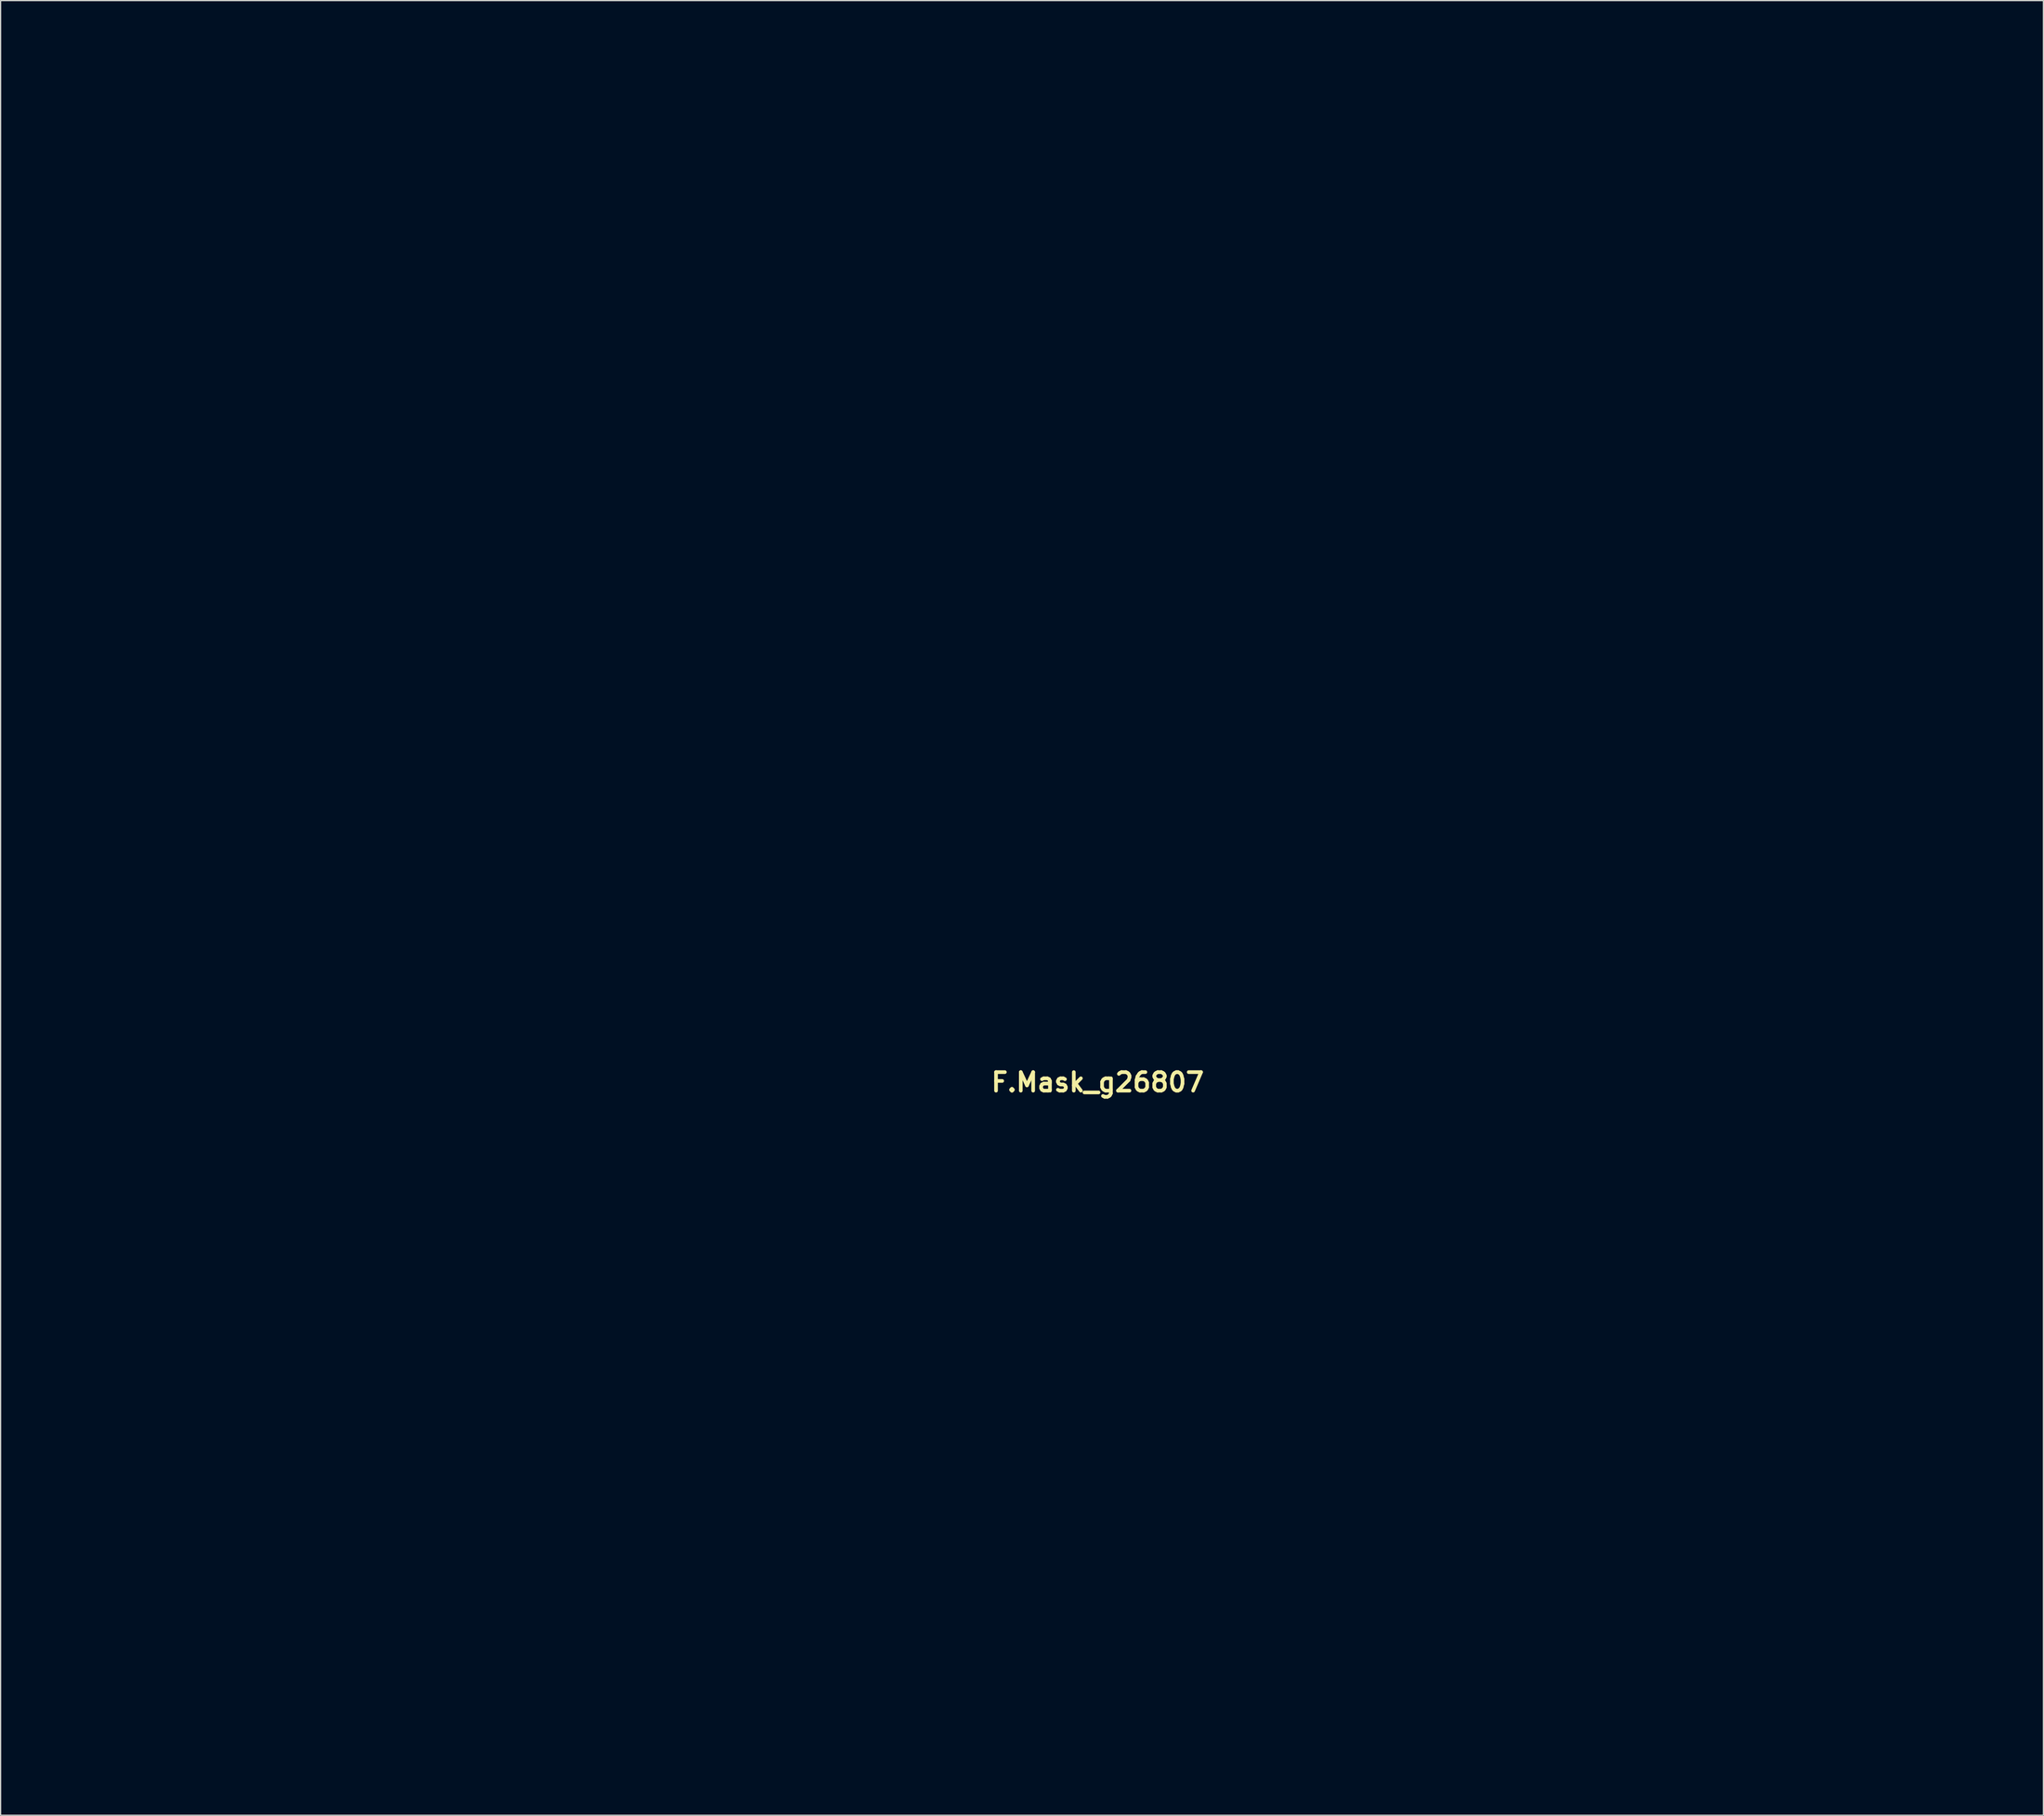
<source format=kicad_pcb>
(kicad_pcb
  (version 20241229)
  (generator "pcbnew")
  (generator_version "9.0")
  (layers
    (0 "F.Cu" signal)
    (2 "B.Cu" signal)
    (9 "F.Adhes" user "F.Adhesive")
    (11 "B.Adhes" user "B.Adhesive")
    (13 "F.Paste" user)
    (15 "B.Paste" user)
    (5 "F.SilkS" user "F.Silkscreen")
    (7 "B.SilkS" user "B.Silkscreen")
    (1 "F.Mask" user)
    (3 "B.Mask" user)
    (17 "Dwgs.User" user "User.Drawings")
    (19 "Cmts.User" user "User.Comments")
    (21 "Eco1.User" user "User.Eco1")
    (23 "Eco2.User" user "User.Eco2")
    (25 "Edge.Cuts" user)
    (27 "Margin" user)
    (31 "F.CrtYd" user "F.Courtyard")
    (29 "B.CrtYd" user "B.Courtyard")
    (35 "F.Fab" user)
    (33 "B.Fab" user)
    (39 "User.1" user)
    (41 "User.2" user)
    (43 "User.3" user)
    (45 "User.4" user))
  (footprint "F.Mask_g26807"
    (layer "F.Cu")
    (at 87.085 85.878)
    (property "Reference" "F.Mask_g26807" (at 0 0 0) (layer "F.SilkS") (effects (font (size 1.524 1.524) (thickness 0.3))))
    (attr through_hole)
    (fp_poly (pts (xy -5.016 51.647) (xy -37.211 51.647) (xy -37.211 50.292) (xy -5.016 50.292) (xy -5.016 51.647)) (stroke (width 0.01) (type solid)) (fill yes) (layer "F.Mask"))
    (fp_poly (pts (xy 48.508 -11.012) (xy 48.507 -10.757) (xy 48.505 -10.541) (xy 48.503 -10.36) (xy 48.5 -10.21) (xy 48.498 -10.088) (xy 48.494 -9.99) (xy 48.49 -9.912) (xy 48.486 -9.851) (xy 48.48 -9.804) (xy 48.473 -9.765) (xy 48.465 -9.733) (xy 48.463 -9.726) (xy 48.41 -9.577) (xy 48.34 -9.419) (xy 48.259 -9.269) (xy 48.177 -9.143) (xy 48.169 -9.133) (xy 48.148 -9.111) (xy 48.099 -9.059) (xy 48.02 -8.979) (xy 47.915 -8.872) (xy 47.783 -8.739) (xy 47.626 -8.58) (xy 47.444 -8.396) (xy 47.238 -8.189) (xy 47.009 -7.959) (xy 46.759 -7.707) (xy 46.487 -7.433) (xy 46.195 -7.14) (xy 45.883 -6.827) (xy 45.553 -6.496) (xy 45.205 -6.147) (xy 44.841 -5.782) (xy 44.46 -5.401) (xy 44.065 -5.004) (xy 43.656 -4.594) (xy 43.233 -4.171) (xy 42.798 -3.735) (xy 42.351 -3.288) (xy 41.894 -2.831) (xy 41.428 -2.364) (xy 40.952 -1.888) (xy 40.468 -1.405) (xy 40.043 -0.98) (xy 32.015 7.047) (xy 31.507 6.544) (xy 31.306 6.348) (xy 31.128 6.178) (xy 30.966 6.03) (xy 30.816 5.9) (xy 30.67 5.781) (xy 30.524 5.671) (xy 30.372 5.563) (xy 30.257 5.485) (xy 29.827 5.222) (xy 29.375 4.99) (xy 28.91 4.792) (xy 28.437 4.632) (xy 28.178 4.561) (xy 28.085 4.536) (xy 28.01 4.514) (xy 27.961 4.497) (xy 27.945 4.488) (xy 27.96 4.472) (xy 28.005 4.428) (xy 28.077 4.355) (xy 28.178 4.256) (xy 28.305 4.13) (xy 28.458 3.978) (xy 28.636 3.802) (xy 28.837 3.602) (xy 29.062 3.38) (xy 29.309 3.135) (xy 29.578 2.869) (xy 29.867 2.583) (xy 30.176 2.278) (xy 30.504 1.953) (xy 30.85 1.612) (xy 31.213 1.253) (xy 31.592 0.878) (xy 31.986 0.488) (xy 32.395 0.084) (xy 32.818 -0.334) (xy 33.253 -0.764) (xy 33.7 -1.206) (xy 34.159 -1.659) (xy 34.627 -2.122) (xy 35.105 -2.594) (xy 35.591 -3.074) (xy 36.084 -3.562) (xy 36.089 -3.567) (xy 36.681 -4.151) (xy 37.243 -4.707) (xy 37.776 -5.234) (xy 38.282 -5.734) (xy 38.761 -6.207) (xy 39.213 -6.654) (xy 39.639 -7.075) (xy 40.041 -7.472) (xy 40.418 -7.846) (xy 40.773 -8.196) (xy 41.104 -8.524) (xy 41.414 -8.831) (xy 41.702 -9.116) (xy 41.971 -9.382) (xy 42.219 -9.629) (xy 42.449 -9.856) (xy 42.66 -10.066) (xy 42.854 -10.26) (xy 43.032 -10.436) (xy 43.193 -10.597) (xy 43.34 -10.744) (xy 43.472 -10.876) (xy 43.591 -10.995) (xy 43.696 -11.102) (xy 43.79 -11.196) (xy 43.872 -11.28) (xy 43.943 -11.353) (xy 44.004 -11.417) (xy 44.057 -11.472) (xy 44.101 -11.519) (xy 44.137 -11.558) (xy 44.167 -11.591) (xy 44.19 -11.618) (xy 44.208 -11.64) (xy 44.221 -11.658) (xy 44.23 -11.672) (xy 44.236 -11.683) (xy 44.24 -11.692) (xy 44.242 -11.7) (xy 44.243 -11.704) (xy 44.252 -11.772) (xy 44.261 -11.864) (xy 44.27 -11.963) (xy 44.272 -11.986) (xy 44.284 -12.171) (xy 48.516 -12.171) (xy 48.508 -11.012)) (stroke (width 0.01) (type solid)) (fill yes) (layer "F.Mask"))
    (fp_poly (pts (xy 2.244 -84.497) (xy -9.866 -84.497) (xy -10.731 -84.497) (xy -11.554 -84.497) (xy -12.338 -84.497) (xy -13.082 -84.497) (xy -13.787 -84.497) (xy -14.456 -84.497) (xy -15.089 -84.497) (xy -15.686 -84.497) (xy -16.249 -84.497) (xy -16.78 -84.497) (xy -17.278 -84.497) (xy -17.746 -84.496) (xy -18.183 -84.496) (xy -18.592 -84.496) (xy -18.973 -84.495) (xy -19.327 -84.494) (xy -19.656 -84.493) (xy -19.959 -84.492) (xy -20.239 -84.491) (xy -20.497 -84.49) (xy -20.733 -84.488) (xy -20.948 -84.487) (xy -21.144 -84.485) (xy -21.321 -84.483) (xy -21.48 -84.481) (xy -21.624 -84.478) (xy -21.752 -84.475) (xy -21.865 -84.472) (xy -21.966 -84.469) (xy -22.054 -84.466) (xy -22.13 -84.462) (xy -22.197 -84.458) (xy -22.254 -84.454) (xy -22.304 -84.45) (xy -22.346 -84.445) (xy -22.382 -84.44) (xy -22.413 -84.434) (xy -22.44 -84.428) (xy -22.465 -84.422) (xy -22.487 -84.416) (xy -22.508 -84.409) (xy -22.53 -84.402) (xy -22.553 -84.394) (xy -22.578 -84.386) (xy -22.602 -84.379) (xy -22.755 -84.327) (xy -22.926 -84.255) (xy -23.104 -84.169) (xy -23.275 -84.075) (xy -23.425 -83.981) (xy -23.475 -83.946) (xy -23.532 -83.9) (xy -23.614 -83.828) (xy -23.719 -83.733) (xy -23.841 -83.618) (xy -23.977 -83.489) (xy -24.124 -83.348) (xy -24.276 -83.198) (xy -24.299 -83.175) (xy -24.352 -83.123) (xy -24.433 -83.043) (xy -24.541 -82.936) (xy -24.675 -82.804) (xy -24.833 -82.648) (xy -25.015 -82.468) (xy -25.219 -82.267) (xy -25.444 -82.045) (xy -25.689 -81.803) (xy -25.953 -81.543) (xy -26.234 -81.265) (xy -26.531 -80.972) (xy -26.844 -80.663) (xy -27.171 -80.341) (xy -27.51 -80.006) (xy -27.861 -79.66) (xy -28.222 -79.303) (xy -28.593 -78.938) (xy -28.971 -78.565) (xy -29.356 -78.184) (xy -29.747 -77.799) (xy -30.142 -77.409) (xy -30.541 -77.016) (xy -30.941 -76.621) (xy -31.343 -76.225) (xy -31.744 -75.829) (xy -32.143 -75.435) (xy -32.54 -75.044) (xy -32.933 -74.656) (xy -33.32 -74.274) (xy -33.702 -73.897) (xy -34.076 -73.529) (xy -34.441 -73.168) (xy -34.797 -72.818) (xy -35.141 -72.478) (xy -35.473 -72.15) (xy -35.792 -71.836) (xy -36.096 -71.536) (xy -36.385 -71.251) (xy -36.656 -70.984) (xy -36.909 -70.734) (xy -37.143 -70.504) (xy -37.356 -70.293) (xy -37.548 -70.104) (xy -37.716 -69.938) (xy -37.861 -69.796) (xy -37.98 -69.679) (xy -38.072 -69.587) (xy -38.137 -69.523) (xy -38.173 -69.488) (xy -38.174 -69.487) (xy -38.344 -69.321) (xy -38.835 -69.813) (xy -39.326 -70.305) (xy -31.998 -77.537) (xy -31.528 -78.001) (xy -31.066 -78.457) (xy -30.611 -78.905) (xy -30.165 -79.345) (xy -29.73 -79.774) (xy -29.305 -80.193) (xy -28.891 -80.6) (xy -28.491 -80.995) (xy -28.104 -81.376) (xy -27.732 -81.743) (xy -27.375 -82.094) (xy -27.034 -82.429) (xy -26.711 -82.747) (xy -26.407 -83.046) (xy -26.121 -83.327) (xy -25.856 -83.588) (xy -25.612 -83.827) (xy -25.39 -84.045) (xy -25.191 -84.24) (xy -25.015 -84.412) (xy -24.865 -84.559) (xy -24.741 -84.68) (xy -24.643 -84.775) (xy -24.573 -84.842) (xy -24.532 -84.881) (xy -24.522 -84.891) (xy -24.186 -85.139) (xy -23.827 -85.352) (xy -23.448 -85.53) (xy -23.051 -85.671) (xy -22.639 -85.775) (xy -22.215 -85.839) (xy -22.087 -85.851) (xy -22.045 -85.852) (xy -21.967 -85.854) (xy -21.854 -85.856) (xy -21.704 -85.857) (xy -21.518 -85.859) (xy -21.295 -85.86) (xy -21.036 -85.862) (xy -20.739 -85.863) (xy -20.404 -85.864) (xy -20.032 -85.865) (xy -19.622 -85.866) (xy -19.173 -85.867) (xy -18.686 -85.868) (xy -18.159 -85.869) (xy -17.594 -85.87) (xy -16.989 -85.87) (xy -16.344 -85.871) (xy -15.659 -85.871) (xy -14.933 -85.872) (xy -14.167 -85.872) (xy -13.36 -85.873) (xy -12.512 -85.873) (xy -11.622 -85.873) (xy -10.691 -85.873) (xy -9.774 -85.873) (xy 2.244 -85.873) (xy 2.244 -84.497)) (stroke (width 0.01) (type solid)) (fill yes) (layer "F.Mask"))
    (fp_poly (pts (xy -68.384 2.408) (xy -68.378 24.797) (xy -68.333 24.987) (xy -68.234 25.322) (xy -68.102 25.631) (xy -67.934 25.919) (xy -67.846 26.043) (xy -67.823 26.069) (xy -67.771 26.123) (xy -67.691 26.205) (xy -67.584 26.315) (xy -67.45 26.451) (xy -67.29 26.613) (xy -67.106 26.799) (xy -66.898 27.009) (xy -66.667 27.242) (xy -66.414 27.496) (xy -66.14 27.772) (xy -65.845 28.068) (xy -65.531 28.383) (xy -65.199 28.717) (xy -64.849 29.068) (xy -64.482 29.436) (xy -64.099 29.82) (xy -63.701 30.219) (xy -63.289 30.631) (xy -62.864 31.057) (xy -62.427 31.495) (xy -61.978 31.945) (xy -61.518 32.405) (xy -61.049 32.875) (xy -60.57 33.353) (xy -60.084 33.839) (xy -59.591 34.333) (xy -59.091 34.832) (xy -58.587 35.337) (xy -58.077 35.846) (xy -57.565 36.358) (xy -57.049 36.873) (xy -56.532 37.39) (xy -56.014 37.908) (xy -55.495 38.425) (xy -54.978 38.942) (xy -54.462 39.457) (xy -53.949 39.969) (xy -53.44 40.478) (xy -52.935 40.982) (xy -52.435 41.481) (xy -51.941 41.974) (xy -51.454 42.459) (xy -50.975 42.937) (xy -50.505 43.406) (xy -50.045 43.865) (xy -49.595 44.313) (xy -49.156 44.75) (xy -48.73 45.175) (xy -48.317 45.586) (xy -47.918 45.983) (xy -47.534 46.366) (xy -47.166 46.732) (xy -46.815 47.081) (xy -46.481 47.413) (xy -46.165 47.727) (xy -45.869 48.021) (xy -45.593 48.295) (xy -45.339 48.547) (xy -45.106 48.778) (xy -44.896 48.985) (xy -44.71 49.169) (xy -44.548 49.328) (xy -44.412 49.462) (xy -44.303 49.569) (xy -44.22 49.648) (xy -44.166 49.7) (xy -44.141 49.722) (xy -43.891 49.888) (xy -43.611 50.031) (xy -43.309 50.148) (xy -43 50.235) (xy -42.958 50.244) (xy -42.915 50.251) (xy -42.869 50.258) (xy -42.814 50.264) (xy -42.748 50.268) (xy -42.666 50.272) (xy -42.566 50.275) (xy -42.443 50.278) (xy -42.294 50.28) (xy -42.115 50.282) (xy -41.903 50.284) (xy -41.653 50.286) (xy -41.545 50.286) (xy -40.28 50.295) (xy -40.28 51.647) (xy -41.566 51.645) (xy -41.852 51.644) (xy -42.099 51.643) (xy -42.311 51.641) (xy -42.49 51.639) (xy -42.639 51.636) (xy -42.762 51.633) (xy -42.863 51.629) (xy -42.944 51.624) (xy -43.009 51.618) (xy -43.053 51.612) (xy -43.479 51.526) (xy -43.89 51.401) (xy -44.285 51.237) (xy -44.662 51.035) (xy -45.02 50.796) (xy -45.159 50.688) (xy -45.183 50.666) (xy -45.235 50.615) (xy -45.316 50.536) (xy -45.425 50.428) (xy -45.561 50.294) (xy -45.723 50.134) (xy -45.911 49.947) (xy -46.123 49.736) (xy -46.36 49.501) (xy -46.62 49.243) (xy -46.903 48.961) (xy -47.208 48.658) (xy -47.534 48.334) (xy -47.88 47.989) (xy -48.246 47.624) (xy -48.631 47.24) (xy -49.035 46.838) (xy -49.456 46.418) (xy -49.893 45.982) (xy -50.347 45.529) (xy -50.817 45.06) (xy -51.301 44.578) (xy -51.799 44.081) (xy -52.31 43.57) (xy -52.833 43.048) (xy -53.369 42.513) (xy -53.915 41.967) (xy -54.472 41.411) (xy -55.038 40.845) (xy -55.613 40.271) (xy -56.197 39.688) (xy -56.787 39.098) (xy -57.132 38.754) (xy -57.854 38.031) (xy -58.547 37.338) (xy -59.212 36.674) (xy -59.848 36.038) (xy -60.457 35.429) (xy -61.039 34.848) (xy -61.594 34.292) (xy -62.124 33.762) (xy -62.628 33.258) (xy -63.108 32.778) (xy -63.564 32.321) (xy -63.997 31.889) (xy -64.407 31.478) (xy -64.794 31.09) (xy -65.16 30.724) (xy -65.506 30.378) (xy -65.83 30.052) (xy -66.135 29.747) (xy -66.421 29.46) (xy -66.688 29.192) (xy -66.937 28.941) (xy -67.169 28.708) (xy -67.384 28.492) (xy -67.583 28.292) (xy -67.766 28.107) (xy -67.935 27.937) (xy -68.088 27.781) (xy -68.229 27.64) (xy -68.355 27.511) (xy -68.47 27.394) (xy -68.572 27.29) (xy -68.663 27.196) (xy -68.743 27.114) (xy -68.813 27.041) (xy -68.873 26.978) (xy -68.924 26.924) (xy -68.967 26.878) (xy -69.002 26.84) (xy -69.03 26.809) (xy -69.052 26.784) (xy -69.067 26.765) (xy -69.074 26.755) (xy -69.173 26.602) (xy -69.275 26.426) (xy -69.375 26.237) (xy -69.466 26.048) (xy -69.542 25.873) (xy -69.582 25.768) (xy -69.65 25.548) (xy -69.71 25.307) (xy -69.757 25.065) (xy -69.785 24.866) (xy -69.787 24.838) (xy -69.788 24.776) (xy -69.789 24.68) (xy -69.79 24.551) (xy -69.791 24.388) (xy -69.793 24.191) (xy -69.794 23.959) (xy -69.795 23.693) (xy -69.796 23.391) (xy -69.797 23.054) (xy -69.797 22.682) (xy -69.798 22.274) (xy -69.799 21.829) (xy -69.8 21.348) (xy -69.801 20.831) (xy -69.801 20.276) (xy -69.802 19.685) (xy -69.803 19.055) (xy -69.803 18.389) (xy -69.804 17.684) (xy -69.804 16.94) (xy -69.805 16.159) (xy -69.805 15.338) (xy -69.806 14.478) (xy -69.806 13.579) (xy -69.806 12.641) (xy -69.807 11.662) (xy -69.807 10.643) (xy -69.807 9.584) (xy -69.807 8.484) (xy -69.807 7.343) (xy -69.808 6.161) (xy -69.808 4.938) (xy -69.808 3.672) (xy -69.808 2.365) (xy -69.808 -19.981) (xy -68.39 -19.981) (xy -68.384 2.408)) (stroke (width 0.01) (type solid)) (fill yes) (layer "F.Mask"))
    (fp_poly (pts (xy 18.664 -85.873) (xy 19.687 -85.873) (xy 20.668 -85.873) (xy 21.607 -85.873) (xy 22.504 -85.873) (xy 23.36 -85.872) (xy 24.173 -85.872) (xy 24.946 -85.871) (xy 25.677 -85.871) (xy 26.367 -85.87) (xy 27.016 -85.87) (xy 27.625 -85.869) (xy 28.192 -85.868) (xy 28.72 -85.867) (xy 29.206 -85.866) (xy 29.653 -85.865) (xy 30.06 -85.864) (xy 30.427 -85.863) (xy 30.754 -85.862) (xy 31.041 -85.861) (xy 31.289 -85.859) (xy 31.498 -85.858) (xy 31.668 -85.856) (xy 31.798 -85.855) (xy 31.89 -85.853) (xy 31.943 -85.851) (xy 31.951 -85.851) (xy 32.373 -85.799) (xy 32.786 -85.709) (xy 33.185 -85.581) (xy 33.568 -85.417) (xy 33.93 -85.219) (xy 34.269 -84.987) (xy 34.315 -84.951) (xy 34.378 -84.898) (xy 34.464 -84.822) (xy 34.568 -84.726) (xy 34.684 -84.617) (xy 34.806 -84.5) (xy 34.925 -84.384) (xy 35.026 -84.284) (xy 35.155 -84.156) (xy 35.31 -84.002) (xy 35.492 -83.823) (xy 35.698 -83.618) (xy 35.93 -83.389) (xy 36.185 -83.136) (xy 36.464 -82.86) (xy 36.765 -82.561) (xy 37.089 -82.241) (xy 37.433 -81.899) (xy 37.798 -81.537) (xy 38.183 -81.156) (xy 38.587 -80.755) (xy 39.01 -80.337) (xy 39.45 -79.9) (xy 39.907 -79.446) (xy 40.381 -78.977) (xy 40.871 -78.491) (xy 41.376 -77.991) (xy 41.895 -77.476) (xy 42.428 -76.948) (xy 42.973 -76.407) (xy 43.531 -75.853) (xy 44.101 -75.288) (xy 44.682 -74.713) (xy 45.273 -74.127) (xy 45.873 -73.531) (xy 46.482 -72.927) (xy 47.1 -72.315) (xy 47.725 -71.695) (xy 48.357 -71.069) (xy 48.994 -70.436) (xy 49.638 -69.798) (xy 50.286 -69.155) (xy 50.938 -68.508) (xy 51.594 -67.858) (xy 52.252 -67.205) (xy 52.912 -66.55) (xy 53.574 -65.894) (xy 54.236 -65.237) (xy 54.898 -64.581) (xy 55.56 -63.924) (xy 56.22 -63.27) (xy 56.878 -62.617) (xy 57.533 -61.967) (xy 58.185 -61.321) (xy 58.832 -60.679) (xy 59.475 -60.041) (xy 60.112 -59.41) (xy 60.743 -58.784) (xy 61.367 -58.165) (xy 61.983 -57.554) (xy 62.591 -56.95) (xy 63.19 -56.356) (xy 63.779 -55.771) (xy 64.358 -55.197) (xy 64.926 -54.634) (xy 65.483 -54.082) (xy 66.026 -53.542) (xy 66.557 -53.016) (xy 67.074 -52.503) (xy 67.577 -52.004) (xy 68.064 -51.521) (xy 68.535 -51.053) (xy 68.99 -50.601) (xy 69.428 -50.167) (xy 69.848 -49.75) (xy 70.249 -49.352) (xy 70.631 -48.973) (xy 70.993 -48.614) (xy 71.335 -48.275) (xy 71.655 -47.957) (xy 71.953 -47.662) (xy 72.228 -47.388) (xy 72.48 -47.138) (xy 72.708 -46.912) (xy 72.911 -46.71) (xy 73.088 -46.534) (xy 73.24 -46.383) (xy 73.364 -46.259) (xy 73.461 -46.163) (xy 73.53 -46.094) (xy 73.57 -46.054) (xy 73.581 -46.044) (xy 73.844 -45.733) (xy 74.072 -45.401) (xy 74.264 -45.047) (xy 74.422 -44.669) (xy 74.547 -44.267) (xy 74.607 -44.008) (xy 74.609 -43.994) (xy 74.612 -43.977) (xy 74.614 -43.956) (xy 74.616 -43.93) (xy 74.619 -43.898) (xy 74.621 -43.859) (xy 74.622 -43.812) (xy 74.624 -43.756) (xy 74.626 -43.69) (xy 74.628 -43.612) (xy 74.629 -43.523) (xy 74.631 -43.421) (xy 74.632 -43.305) (xy 74.633 -43.174) (xy 74.634 -43.027) (xy 74.635 -42.862) (xy 74.637 -42.68) (xy 74.638 -42.478) (xy 74.638 -42.257) (xy 74.639 -42.014) (xy 74.64 -41.75) (xy 74.641 -41.462) (xy 74.642 -41.15) (xy 74.642 -40.813) (xy 74.643 -40.45) (xy 74.644 -40.06) (xy 74.644 -39.642) (xy 74.645 -39.195) (xy 74.645 -38.717) (xy 74.646 -38.209) (xy 74.646 -37.668) (xy 74.646 -37.095) (xy 74.647 -36.487) (xy 74.647 -35.844) (xy 74.648 -35.165) (xy 74.648 -34.449) (xy 74.648 -33.694) (xy 74.649 -32.901) (xy 74.649 -32.067) (xy 74.649 -31.192) (xy 74.65 -31.036) (xy 74.655 -18.246) (xy 73.237 -18.246) (xy 73.231 -30.983) (xy 73.23 -31.863) (xy 73.23 -32.702) (xy 73.229 -33.501) (xy 73.229 -34.26) (xy 73.229 -34.981) (xy 73.228 -35.665) (xy 73.228 -36.312) (xy 73.227 -36.924) (xy 73.227 -37.502) (xy 73.226 -38.047) (xy 73.226 -38.559) (xy 73.225 -39.04) (xy 73.225 -39.49) (xy 73.224 -39.912) (xy 73.224 -40.305) (xy 73.223 -40.67) (xy 73.222 -41.01) (xy 73.222 -41.324) (xy 73.221 -41.614) (xy 73.22 -41.88) (xy 73.219 -42.125) (xy 73.218 -42.348) (xy 73.217 -42.551) (xy 73.216 -42.734) (xy 73.215 -42.899) (xy 73.214 -43.047) (xy 73.213 -43.179) (xy 73.211 -43.295) (xy 73.21 -43.398) (xy 73.208 -43.487) (xy 73.207 -43.563) (xy 73.205 -43.629) (xy 73.203 -43.684) (xy 73.201 -43.73) (xy 73.199 -43.768) (xy 73.197 -43.798) (xy 73.195 -43.823) (xy 73.193 -43.842) (xy 73.19 -43.857) (xy 73.188 -43.868) (xy 73.087 -44.203) (xy 72.959 -44.507) (xy 72.802 -44.782) (xy 72.615 -45.03) (xy 72.551 -45.102) (xy 72.532 -45.121) (xy 72.483 -45.17) (xy 72.406 -45.247) (xy 72.3 -45.352) (xy 72.167 -45.485) (xy 72.006 -45.644) (xy 71.819 -45.83) (xy 71.607 -46.041) (xy 71.369 -46.277) (xy 71.106 -46.538) (xy 70.82 -46.822) (xy 70.51 -47.13) (xy 70.177 -47.461) (xy 69.822 -47.813) (xy 69.445 -48.187) (xy 69.047 -48.581) (xy 68.629 -48.996) (xy 68.191 -49.431) (xy 67.734 -49.885) (xy 67.258 -50.357) (xy 66.764 -50.846) (xy 66.253 -51.354) (xy 65.725 -51.877) (xy 65.181 -52.417) (xy 64.621 -52.972) (xy 64.046 -53.543) (xy 63.457 -54.127) (xy 62.854 -54.725) (xy 62.238 -55.336) (xy 61.609 -55.96) (xy 60.968 -56.595) (xy 60.316 -57.242) (xy 59.654 -57.899) (xy 58.981 -58.567) (xy 58.298 -59.244) (xy 57.606 -59.929) (xy 56.907 -60.623) (xy 56.199 -61.325) (xy 55.484 -62.034) (xy 54.763 -62.749) (xy 54.036 -63.47) (xy 53.303 -64.197) (xy 52.566 -64.928) (xy 51.824 -65.663) (xy 51.079 -66.402) (xy 50.331 -67.144) (xy 49.581 -67.888) (xy 48.829 -68.633) (xy 48.076 -69.38) (xy 47.322 -70.127) (xy 46.569 -70.875) (xy 45.816 -71.621) (xy 45.064 -72.366) (xy 44.314 -73.11) (xy 43.567 -73.85) (xy 42.823 -74.588) (xy 42.083 -75.322) (xy 41.347 -76.052) (xy 40.616 -76.777) (xy 39.89 -77.496) (xy 39.17 -78.21) (xy 38.457 -78.916) (xy 37.752 -79.616) (xy 37.054 -80.307) (xy 36.365 -80.99) (xy 35.685 -81.664) (xy 35.015 -82.328) (xy 34.355 -82.983) (xy 34.258 -83.079) (xy 34.065 -83.27) (xy 33.898 -83.434) (xy 33.754 -83.573) (xy 33.63 -83.691) (xy 33.522 -83.79) (xy 33.428 -83.872) (xy 33.343 -83.941) (xy 33.265 -83.999) (xy 33.19 -84.05) (xy 33.115 -84.096) (xy 33.037 -84.139) (xy 32.952 -84.183) (xy 32.935 -84.191) (xy 32.753 -84.276) (xy 32.573 -84.345) (xy 32.378 -84.404) (xy 32.279 -84.43) (xy 32.057 -84.486) (xy 5.673 -84.498) (xy 5.673 -85.873) (xy 18.664 -85.873)) (stroke (width 0.01) (type solid)) (fill yes) (layer "F.Mask"))
    (fp_poly (pts (xy 43.99 -62.002) (xy 44.916 -61.076) (xy 47.652 -61.065) (xy 48.049 -61.064) (xy 48.407 -61.062) (xy 48.727 -61.061) (xy 49.011 -61.059) (xy 49.262 -61.058) (xy 49.481 -61.056) (xy 49.673 -61.054) (xy 49.837 -61.053) (xy 49.977 -61.051) (xy 50.095 -61.048) (xy 50.193 -61.046) (xy 50.274 -61.043) (xy 50.34 -61.04) (xy 50.392 -61.036) (xy 50.434 -61.033) (xy 50.467 -61.028) (xy 50.494 -61.023) (xy 50.517 -61.018) (xy 50.525 -61.016) (xy 50.716 -60.948) (xy 50.911 -60.854) (xy 51.09 -60.743) (xy 51.164 -60.687) (xy 51.2 -60.655) (xy 51.264 -60.595) (xy 51.353 -60.509) (xy 51.466 -60.399) (xy 51.602 -60.266) (xy 51.758 -60.112) (xy 51.933 -59.939) (xy 52.125 -59.749) (xy 52.332 -59.543) (xy 52.552 -59.324) (xy 52.785 -59.092) (xy 53.027 -58.85) (xy 53.278 -58.6) (xy 53.535 -58.343) (xy 53.797 -58.08) (xy 54.062 -57.815) (xy 54.328 -57.547) (xy 54.594 -57.28) (xy 54.858 -57.015) (xy 55.118 -56.754) (xy 55.372 -56.497) (xy 55.619 -56.249) (xy 55.856 -56.008) (xy 56.083 -55.779) (xy 56.297 -55.562) (xy 56.497 -55.359) (xy 56.681 -55.172) (xy 56.847 -55.003) (xy 56.993 -54.853) (xy 57.118 -54.725) (xy 57.22 -54.619) (xy 57.297 -54.538) (xy 57.348 -54.483) (xy 57.37 -54.457) (xy 57.51 -54.202) (xy 57.612 -53.928) (xy 57.62 -53.901) (xy 57.667 -53.732) (xy 57.674 -48.243) (xy 57.675 -47.662) (xy 57.676 -47.122) (xy 57.676 -46.621) (xy 57.677 -46.158) (xy 57.677 -45.731) (xy 57.678 -45.339) (xy 57.678 -44.979) (xy 57.677 -44.651) (xy 57.677 -44.353) (xy 57.676 -44.083) (xy 57.675 -43.84) (xy 57.674 -43.622) (xy 57.672 -43.427) (xy 57.67 -43.255) (xy 57.668 -43.103) (xy 57.665 -42.969) (xy 57.661 -42.854) (xy 57.657 -42.754) (xy 57.652 -42.668) (xy 57.647 -42.595) (xy 57.641 -42.533) (xy 57.634 -42.48) (xy 57.627 -42.436) (xy 57.619 -42.397) (xy 57.61 -42.364) (xy 57.601 -42.334) (xy 57.591 -42.306) (xy 57.579 -42.278) (xy 57.567 -42.248) (xy 57.554 -42.216) (xy 57.552 -42.21) (xy 57.508 -42.109) (xy 57.453 -42) (xy 57.401 -41.91) (xy 57.384 -41.888) (xy 57.351 -41.85) (xy 57.302 -41.796) (xy 57.236 -41.726) (xy 57.152 -41.637) (xy 57.049 -41.531) (xy 56.927 -41.405) (xy 56.785 -41.26) (xy 56.622 -41.094) (xy 56.437 -40.907) (xy 56.231 -40.698) (xy 56.001 -40.466) (xy 55.748 -40.211) (xy 55.47 -39.932) (xy 55.167 -39.627) (xy 54.839 -39.297) (xy 54.483 -38.94) (xy 54.101 -38.557) (xy 53.69 -38.145) (xy 53.25 -37.705) (xy 52.958 -37.412) (xy 52.599 -37.052) (xy 52.247 -36.7) (xy 51.904 -36.356) (xy 51.572 -36.023) (xy 51.25 -35.7) (xy 50.941 -35.39) (xy 50.646 -35.093) (xy 50.365 -34.811) (xy 50.1 -34.545) (xy 49.853 -34.296) (xy 49.623 -34.065) (xy 49.414 -33.854) (xy 49.224 -33.663) (xy 49.057 -33.494) (xy 48.913 -33.348) (xy 48.793 -33.226) (xy 48.699 -33.13) (xy 48.631 -33.06) (xy 48.591 -33.018) (xy 48.58 -33.006) (xy 48.577 -32.987) (xy 48.575 -32.942) (xy 48.573 -32.869) (xy 48.571 -32.767) (xy 48.569 -32.636) (xy 48.567 -32.475) (xy 48.565 -32.282) (xy 48.564 -32.058) (xy 48.563 -31.8) (xy 48.561 -31.509) (xy 48.56 -31.184) (xy 48.559 -30.823) (xy 48.559 -30.426) (xy 48.558 -29.993) (xy 48.557 -29.521) (xy 48.557 -29.01) (xy 48.557 -28.461) (xy 48.556 -27.87) (xy 48.556 -27.239) (xy 48.556 -26.999) (xy 48.556 -21.04) (xy 44.894 -21.04) (xy 44.9 -27.522) (xy 44.905 -34.004) (xy 44.96 -34.152) (xy 44.997 -34.244) (xy 45.041 -34.337) (xy 45.078 -34.403) (xy 45.099 -34.427) (xy 45.148 -34.479) (xy 45.226 -34.56) (xy 45.331 -34.668) (xy 45.462 -34.802) (xy 45.618 -34.961) (xy 45.799 -35.145) (xy 46.003 -35.352) (xy 46.231 -35.581) (xy 46.479 -35.832) (xy 46.749 -36.103) (xy 47.038 -36.395) (xy 47.346 -36.704) (xy 47.672 -37.032) (xy 48.016 -37.377) (xy 48.375 -37.737) (xy 48.75 -38.113) (xy 49.138 -38.502) (xy 49.541 -38.905) (xy 49.949 -39.314) (xy 50.445 -39.81) (xy 50.912 -40.277) (xy 51.35 -40.716) (xy 51.759 -41.126) (xy 52.14 -41.508) (xy 52.493 -41.862) (xy 52.819 -42.19) (xy 53.118 -42.49) (xy 53.391 -42.765) (xy 53.638 -43.014) (xy 53.86 -43.238) (xy 54.056 -43.438) (xy 54.229 -43.613) (xy 54.377 -43.764) (xy 54.502 -43.892) (xy 54.603 -43.998) (xy 54.682 -44.081) (xy 54.739 -44.142) (xy 54.775 -44.182) (xy 54.789 -44.201) (xy 54.789 -44.201) (xy 54.793 -44.213) (xy 54.796 -44.231) (xy 54.799 -44.258) (xy 54.802 -44.295) (xy 54.805 -44.343) (xy 54.807 -44.405) (xy 54.809 -44.481) (xy 54.811 -44.574) (xy 54.813 -44.685) (xy 54.814 -44.815) (xy 54.816 -44.967) (xy 54.817 -45.142) (xy 54.818 -45.341) (xy 54.819 -45.566) (xy 54.819 -45.82) (xy 54.82 -46.102) (xy 54.821 -46.416) (xy 54.821 -46.763) (xy 54.821 -47.143) (xy 54.821 -47.56) (xy 54.822 -48.014) (xy 54.822 -48.508) (xy 54.822 -48.996) (xy 54.822 -49.523) (xy 54.822 -50.009) (xy 54.822 -50.457) (xy 54.821 -50.867) (xy 54.821 -51.241) (xy 54.821 -51.582) (xy 54.82 -51.89) (xy 54.82 -52.167) (xy 54.819 -52.415) (xy 54.819 -52.636) (xy 54.818 -52.831) (xy 54.817 -53.002) (xy 54.815 -53.151) (xy 54.814 -53.279) (xy 54.812 -53.388) (xy 54.81 -53.479) (xy 54.808 -53.555) (xy 54.806 -53.616) (xy 54.803 -53.665) (xy 54.801 -53.703) (xy 54.798 -53.732) (xy 54.794 -53.754) (xy 54.79 -53.769) (xy 54.786 -53.781) (xy 54.783 -53.787) (xy 54.765 -53.81) (xy 54.718 -53.861) (xy 54.645 -53.939) (xy 54.549 -54.04) (xy 54.43 -54.165) (xy 54.291 -54.309) (xy 54.133 -54.473) (xy 53.958 -54.653) (xy 53.769 -54.848) (xy 53.567 -55.055) (xy 53.354 -55.274) (xy 53.132 -55.502) (xy 52.902 -55.738) (xy 52.667 -55.978) (xy 52.428 -56.222) (xy 52.188 -56.468) (xy 51.947 -56.713) (xy 51.709 -56.956) (xy 51.474 -57.194) (xy 51.245 -57.427) (xy 51.024 -57.651) (xy 50.812 -57.866) (xy 50.612 -58.069) (xy 50.424 -58.258) (xy 50.252 -58.432) (xy 50.097 -58.588) (xy 49.96 -58.725) (xy 49.844 -58.841) (xy 49.75 -58.933) (xy 49.681 -59) (xy 49.638 -59.04) (xy 49.624 -59.052) (xy 49.598 -59.056) (xy 49.54 -59.06) (xy 49.448 -59.064) (xy 49.321 -59.067) (xy 49.159 -59.071) (xy 48.96 -59.074) (xy 48.723 -59.077) (xy 48.449 -59.08) (xy 48.135 -59.082) (xy 47.781 -59.085) (xy 47.385 -59.087) (xy 47.292 -59.088) (xy 46.969 -59.09) (xy 46.658 -59.092) (xy 46.363 -59.094) (xy 46.087 -59.097) (xy 45.831 -59.1) (xy 45.599 -59.103) (xy 45.394 -59.106) (xy 45.217 -59.109) (xy 45.073 -59.112) (xy 44.964 -59.115) (xy 44.892 -59.118) (xy 44.864 -59.121) (xy 44.656 -59.165) (xy 44.445 -59.239) (xy 44.251 -59.334) (xy 44.225 -59.35) (xy 44.193 -59.373) (xy 44.155 -59.403) (xy 44.109 -59.442) (xy 44.053 -59.492) (xy 43.985 -59.555) (xy 43.904 -59.632) (xy 43.807 -59.724) (xy 43.694 -59.834) (xy 43.563 -59.963) (xy 43.411 -60.112) (xy 43.238 -60.283) (xy 43.042 -60.478) (xy 42.82 -60.699) (xy 42.572 -60.947) (xy 42.344 -61.174) (xy 40.587 -62.928) (xy 41.825 -62.928) (xy 43.063 -62.928) (xy 43.99 -62.002)) (stroke (width 0.01) (type solid)) (fill yes) (layer "F.Mask"))
    (fp_poly (pts (xy -21.777 -30.221) (xy -21.774 -30.059) (xy -21.768 -29.932) (xy -21.758 -29.832) (xy -21.739 -29.75) (xy -21.71 -29.679) (xy -21.666 -29.611) (xy -21.606 -29.539) (xy -21.526 -29.454) (xy -21.473 -29.4) (xy -21.398 -29.32) (xy -21.334 -29.247) (xy -21.288 -29.188) (xy -21.264 -29.15) (xy -21.263 -29.146) (xy -21.262 -29.121) (xy -21.261 -29.055) (xy -21.26 -28.95) (xy -21.259 -28.808) (xy -21.258 -28.629) (xy -21.257 -28.417) (xy -21.256 -28.172) (xy -21.255 -27.896) (xy -21.254 -27.591) (xy -21.253 -27.258) (xy -21.252 -26.899) (xy -21.251 -26.516) (xy -21.251 -26.11) (xy -21.25 -25.683) (xy -21.249 -25.236) (xy -21.248 -24.771) (xy -21.248 -24.29) (xy -21.247 -23.794) (xy -21.246 -23.286) (xy -21.246 -22.765) (xy -21.246 -22.543) (xy -21.241 -15.991) (xy -21.193 -15.822) (xy -21.135 -15.651) (xy -21.06 -15.477) (xy -20.977 -15.317) (xy -20.932 -15.245) (xy -20.911 -15.221) (xy -20.861 -15.168) (xy -20.784 -15.088) (xy -20.681 -14.982) (xy -20.554 -14.852) (xy -20.405 -14.699) (xy -20.233 -14.525) (xy -20.042 -14.331) (xy -19.832 -14.119) (xy -19.604 -13.889) (xy -19.361 -13.644) (xy -19.103 -13.384) (xy -18.833 -13.112) (xy -18.55 -12.829) (xy -18.258 -12.535) (xy -17.957 -12.233) (xy -17.666 -11.942) (xy -17.279 -11.555) (xy -16.922 -11.197) (xy -16.592 -10.867) (xy -16.289 -10.565) (xy -16.012 -10.289) (xy -15.76 -10.038) (xy -15.533 -9.812) (xy -15.329 -9.61) (xy -15.147 -9.43) (xy -14.987 -9.272) (xy -14.847 -9.135) (xy -14.727 -9.018) (xy -14.625 -8.921) (xy -14.541 -8.841) (xy -14.474 -8.778) (xy -14.423 -8.732) (xy -14.387 -8.701) (xy -14.364 -8.685) (xy -14.362 -8.683) (xy -14.231 -8.637) (xy -14.088 -8.625) (xy -13.947 -8.646) (xy -13.854 -8.683) (xy -13.717 -8.775) (xy -13.615 -8.893) (xy -13.569 -8.978) (xy -13.559 -9.001) (xy -13.551 -9.026) (xy -13.544 -9.056) (xy -13.539 -9.095) (xy -13.534 -9.146) (xy -13.53 -9.213) (xy -13.527 -9.3) (xy -13.524 -9.41) (xy -13.521 -9.547) (xy -13.519 -9.714) (xy -13.516 -9.914) (xy -13.513 -10.152) (xy -13.512 -10.27) (xy -13.51 -10.53) (xy -13.508 -10.752) (xy -13.506 -10.939) (xy -13.506 -11.095) (xy -13.507 -11.222) (xy -13.508 -11.326) (xy -13.511 -11.41) (xy -13.514 -11.477) (xy -13.519 -11.531) (xy -13.525 -11.576) (xy -13.532 -11.615) (xy -13.533 -11.62) (xy -13.565 -11.74) (xy -13.608 -11.856) (xy -13.668 -11.976) (xy -13.748 -12.104) (xy -13.85 -12.247) (xy -13.979 -12.412) (xy -14.025 -12.467) (xy -14.115 -12.577) (xy -14.199 -12.682) (xy -14.273 -12.776) (xy -14.332 -12.852) (xy -14.369 -12.903) (xy -14.374 -12.911) (xy -14.424 -13.019) (xy -14.435 -13.129) (xy -14.41 -13.233) (xy -14.35 -13.323) (xy -14.282 -13.377) (xy -14.271 -13.384) (xy -14.258 -13.39) (xy -14.24 -13.395) (xy -14.215 -13.399) (xy -14.182 -13.403) (xy -14.137 -13.407) (xy -14.078 -13.41) (xy -14.004 -13.412) (xy -13.91 -13.414) (xy -13.796 -13.416) (xy -13.658 -13.417) (xy -13.495 -13.418) (xy -13.303 -13.419) (xy -13.082 -13.419) (xy -12.827 -13.419) (xy -12.537 -13.419) (xy -12.21 -13.42) (xy -11.842 -13.42) (xy -11.839 -13.42) (xy -11.471 -13.42) (xy -11.142 -13.419) (xy -10.851 -13.419) (xy -10.595 -13.419) (xy -10.372 -13.418) (xy -10.178 -13.418) (xy -10.013 -13.417) (xy -9.872 -13.415) (xy -9.755 -13.413) (xy -9.658 -13.411) (xy -9.579 -13.409) (xy -9.516 -13.406) (xy -9.465 -13.402) (xy -9.426 -13.398) (xy -9.394 -13.394) (xy -9.369 -13.389) (xy -9.347 -13.383) (xy -9.337 -13.38) (xy -9.247 -13.347) (xy -9.155 -13.307) (xy -9.108 -13.282) (xy -9.084 -13.262) (xy -9.032 -13.215) (xy -8.952 -13.139) (xy -8.845 -13.035) (xy -8.709 -12.902) (xy -8.545 -12.742) (xy -8.352 -12.552) (xy -8.132 -12.334) (xy -7.882 -12.088) (xy -7.605 -11.812) (xy -7.298 -11.508) (xy -6.962 -11.174) (xy -6.598 -10.811) (xy -6.204 -10.419) (xy -5.782 -9.998) (xy -5.33 -9.547) (xy -4.848 -9.067) (xy -4.338 -8.557) (xy -3.797 -8.017) (xy -3.227 -7.447) (xy -3.117 -7.337) (xy -2.699 -6.919) (xy -2.288 -6.509) (xy -1.886 -6.107) (xy -1.494 -5.714) (xy -1.112 -5.333) (xy -0.743 -4.963) (xy -0.385 -4.605) (xy -0.042 -4.261) (xy 0.286 -3.932) (xy 0.599 -3.619) (xy 0.895 -3.322) (xy 1.174 -3.043) (xy 1.433 -2.783) (xy 1.673 -2.543) (xy 1.892 -2.323) (xy 2.089 -2.125) (xy 2.263 -1.95) (xy 2.414 -1.799) (xy 2.539 -1.672) (xy 2.639 -1.571) (xy 2.712 -1.497) (xy 2.757 -1.451) (xy 2.773 -1.434) (xy 2.773 -1.434) (xy 2.752 -1.432) (xy 2.692 -1.429) (xy 2.596 -1.427) (xy 2.467 -1.425) (xy 2.308 -1.423) (xy 2.122 -1.422) (xy 1.912 -1.42) (xy 1.682 -1.419) (xy 1.433 -1.419) (xy 1.171 -1.418) (xy 0.99 -1.418) (xy -0.794 -1.418) (xy -3.17 -3.794) (xy -3.495 -4.12) (xy -3.792 -4.417) (xy -4.061 -4.687) (xy -4.304 -4.93) (xy -4.521 -5.149) (xy -4.713 -5.343) (xy -4.883 -5.515) (xy -5.031 -5.665) (xy -5.158 -5.796) (xy -5.265 -5.907) (xy -5.354 -6) (xy -5.426 -6.076) (xy -5.482 -6.137) (xy -5.523 -6.183) (xy -5.55 -6.216) (xy -5.564 -6.238) (xy -5.567 -6.244) (xy -5.572 -6.283) (xy -5.576 -6.361) (xy -5.58 -6.476) (xy -5.583 -6.623) (xy -5.586 -6.799) (xy -5.587 -7.002) (xy -5.588 -7.228) (xy -5.588 -7.283) (xy -5.588 -8.248) (xy -5.651 -8.373) (xy -5.671 -8.41) (xy -5.7 -8.451) (xy -5.74 -8.502) (xy -5.794 -8.563) (xy -5.864 -8.639) (xy -5.954 -8.733) (xy -6.066 -8.847) (xy -6.203 -8.985) (xy -6.365 -9.146) (xy -6.527 -9.307) (xy -6.662 -9.44) (xy -6.773 -9.548) (xy -6.864 -9.634) (xy -6.936 -9.701) (xy -6.994 -9.751) (xy -7.04 -9.787) (xy -7.078 -9.812) (xy -7.109 -9.829) (xy -7.123 -9.834) (xy -7.143 -9.841) (xy -7.167 -9.848) (xy -7.195 -9.853) (xy -7.232 -9.858) (xy -7.28 -9.862) (xy -7.342 -9.865) (xy -7.421 -9.868) (xy -7.52 -9.87) (xy -7.642 -9.871) (xy -7.789 -9.872) (xy -7.964 -9.873) (xy -8.171 -9.874) (xy -8.413 -9.874) (xy -8.691 -9.874) (xy -8.943 -9.874) (xy -9.256 -9.874) (xy -9.529 -9.874) (xy -9.765 -9.873) (xy -9.967 -9.873) (xy -10.138 -9.872) (xy -10.281 -9.87) (xy -10.398 -9.868) (xy -10.493 -9.866) (xy -10.567 -9.863) (xy -10.624 -9.86) (xy -10.667 -9.856) (xy -10.697 -9.851) (xy -10.719 -9.845) (xy -10.732 -9.84) (xy -10.764 -9.821) (xy -10.825 -9.778) (xy -10.913 -9.715) (xy -11.024 -9.634) (xy -11.154 -9.538) (xy -11.3 -9.429) (xy -11.459 -9.309) (xy -11.627 -9.182) (xy -11.664 -9.154) (xy -11.91 -8.966) (xy -12.126 -8.802) (xy -12.312 -8.661) (xy -12.471 -8.539) (xy -12.605 -8.437) (xy -12.717 -8.35) (xy -12.808 -8.279) (xy -12.881 -8.221) (xy -12.939 -8.175) (xy -12.982 -8.138) (xy -13.015 -8.108) (xy -13.038 -8.085) (xy -13.053 -8.066) (xy -13.065 -8.049) (xy -13.073 -8.032) (xy -13.081 -8.015) (xy -13.089 -7.998) (xy -13.132 -7.871) (xy -13.146 -7.73) (xy -13.132 -7.591) (xy -13.101 -7.493) (xy -13.09 -7.476) (xy -13.067 -7.448) (xy -13.032 -7.408) (xy -12.983 -7.353) (xy -12.918 -7.285) (xy -12.838 -7.201) (xy -12.742 -7.101) (xy -12.627 -6.983) (xy -12.494 -6.847) (xy -12.342 -6.692) (xy -12.169 -6.517) (xy -11.975 -6.321) (xy -11.758 -6.102) (xy -11.518 -5.861) (xy -11.253 -5.595) (xy -10.964 -5.304) (xy -10.648 -4.988) (xy -10.305 -4.644) (xy -9.934 -4.273) (xy -9.534 -3.872) (xy -9.519 -3.858) (xy -9.147 -3.485) (xy -8.791 -3.129) (xy -8.452 -2.789) (xy -8.131 -2.467) (xy -7.829 -2.164) (xy -7.547 -1.88) (xy -7.286 -1.617) (xy -7.047 -1.375) (xy -6.829 -1.155) (xy -6.635 -0.959) (xy -6.466 -0.786) (xy -6.321 -0.638) (xy -6.202 -0.516) (xy -6.11 -0.42) (xy -6.045 -0.352) (xy -6.009 -0.312) (xy -6.001 -0.3) (xy -6.027 -0.281) (xy -6.079 -0.244) (xy -6.145 -0.196) (xy -6.17 -0.179) (xy -6.232 -0.134) (xy -6.295 -0.088) (xy -6.359 -0.038) (xy -6.427 0.017) (xy -6.501 0.078) (xy -6.582 0.149) (xy -6.671 0.229) (xy -6.771 0.321) (xy -6.884 0.427) (xy -7.011 0.547) (xy -7.153 0.684) (xy -7.314 0.84) (xy -7.493 1.015) (xy -7.694 1.213) (xy -7.917 1.433) (xy -8.165 1.678) (xy -8.439 1.95) (xy -8.741 2.25) (xy -8.772 2.28) (xy -9.016 2.523) (xy -9.253 2.758) (xy -9.479 2.982) (xy -9.694 3.194) (xy -9.895 3.393) (xy -10.081 3.577) (xy -10.25 3.744) (xy -10.4 3.892) (xy -10.53 4.02) (xy -10.637 4.126) (xy -10.721 4.208) (xy -10.779 4.264) (xy -10.81 4.293) (xy -10.815 4.297) (xy -10.83 4.282) (xy -10.875 4.238) (xy -10.948 4.166) (xy -11.048 4.067) (xy -11.174 3.941) (xy -11.326 3.79) (xy -11.502 3.614) (xy -11.703 3.414) (xy -11.926 3.192) (xy -12.171 2.948) (xy -12.437 2.682) (xy -12.723 2.396) (xy -13.029 2.091) (xy -13.352 1.768) (xy -13.694 1.427) (xy -14.052 1.07) (xy -14.426 0.696) (xy -14.814 0.308) (xy -15.217 -0.094) (xy -15.632 -0.51) (xy -16.06 -0.937) (xy -16.499 -1.376) (xy -16.949 -1.825) (xy -17.408 -2.284) (xy -17.875 -2.752) (xy -18.35 -3.227) (xy -18.484 -3.36) (xy -26.141 -11.017) (xy -26.141 -21.347) (xy -28.057 -23.262) (xy -29.972 -25.178) (xy -29.967 -27.561) (xy -28.278 -27.561) (xy -28.269 -27.411) (xy -28.221 -27.264) (xy -28.218 -27.259) (xy -28.204 -27.236) (xy -28.174 -27.199) (xy -28.127 -27.146) (xy -28.063 -27.075) (xy -27.98 -26.987) (xy -27.878 -26.879) (xy -27.755 -26.75) (xy -27.611 -26.601) (xy -27.443 -26.428) (xy -27.252 -26.232) (xy -27.036 -26.011) (xy -26.794 -25.764) (xy -26.525 -25.49) (xy -26.228 -25.189) (xy -25.976 -24.932) (xy -25.669 -24.621) (xy -25.39 -24.339) (xy -25.139 -24.084) (xy -24.912 -23.855) (xy -24.71 -23.652) (xy -24.531 -23.472) (xy -24.374 -23.314) (xy -24.236 -23.176) (xy -24.117 -23.059) (xy -24.015 -22.959) (xy -23.929 -22.876) (xy -23.858 -22.809) (xy -23.8 -22.755) (xy -23.754 -22.715) (xy -23.719 -22.685) (xy -23.693 -22.666) (xy -23.675 -22.656) (xy -23.554 -22.618) (xy -23.416 -22.606) (xy -23.28 -22.62) (xy -23.24 -22.63) (xy -23.121 -22.686) (xy -23.01 -22.775) (xy -22.918 -22.889) (xy -22.887 -22.942) (xy -22.818 -23.075) (xy -22.818 -25.006) (xy -22.818 -25.345) (xy -22.818 -25.645) (xy -22.818 -25.909) (xy -22.818 -26.138) (xy -22.82 -26.336) (xy -22.822 -26.506) (xy -22.825 -26.651) (xy -22.829 -26.773) (xy -22.834 -26.875) (xy -22.841 -26.96) (xy -22.849 -27.032) (xy -22.86 -27.091) (xy -22.872 -27.143) (xy -22.886 -27.188) (xy -22.903 -27.231) (xy -22.923 -27.273) (xy -22.945 -27.319) (xy -22.969 -27.367) (xy -23.027 -27.475) (xy -23.093 -27.569) (xy -23.176 -27.663) (xy -23.217 -27.705) (xy -23.362 -27.837) (xy -23.506 -27.938) (xy -23.665 -28.02) (xy -23.774 -28.063) (xy -23.929 -28.12) (xy -27.866 -28.12) (xy -27.965 -28.062) (xy -28.091 -27.965) (xy -28.187 -27.845) (xy -28.249 -27.708) (xy -28.278 -27.561) (xy -29.967 -27.561) (xy -29.967 -27.58) (xy -29.961 -29.983) (xy -29.911 -30.11) (xy -29.849 -30.223) (xy -29.758 -30.339) (xy -29.648 -30.447) (xy -29.532 -30.535) (xy -29.432 -30.588) (xy -29.305 -30.639) (xy -21.784 -30.65) (xy -21.777 -30.221)) (stroke (width 0.01) (type solid)) (fill yes) (layer "F.Mask"))
    (fp_poly (pts (xy -81.88 -71.58) (xy -81.558 -71.257) (xy -81.264 -70.963) (xy -80.997 -70.696) (xy -80.755 -70.454) (xy -80.538 -70.236) (xy -80.344 -70.04) (xy -80.171 -69.866) (xy -80.019 -69.71) (xy -79.885 -69.573) (xy -79.769 -69.452) (xy -79.669 -69.346) (xy -79.584 -69.253) (xy -79.511 -69.173) (xy -79.451 -69.102) (xy -79.401 -69.04) (xy -79.361 -68.986) (xy -79.328 -68.937) (xy -79.301 -68.893) (xy -79.279 -68.851) (xy -79.261 -68.811) (xy -79.245 -68.77) (xy -79.23 -68.728) (xy -79.215 -68.682) (xy -79.201 -68.64) (xy -79.132 -68.442) (xy -79.121 -63.627) (xy -79.12 -63.178) (xy -79.119 -62.741) (xy -79.118 -62.317) (xy -79.117 -61.908) (xy -79.115 -61.515) (xy -79.114 -61.142) (xy -79.113 -60.789) (xy -79.112 -60.458) (xy -79.111 -60.152) (xy -79.11 -59.872) (xy -79.109 -59.62) (xy -79.109 -59.399) (xy -79.108 -59.209) (xy -79.107 -59.053) (xy -79.106 -58.933) (xy -79.106 -58.85) (xy -79.105 -58.807) (xy -79.105 -58.801) (xy -79.089 -58.783) (xy -79.044 -58.737) (xy -78.972 -58.664) (xy -78.875 -58.566) (xy -78.753 -58.444) (xy -78.609 -58.299) (xy -78.444 -58.133) (xy -78.259 -57.947) (xy -78.056 -57.744) (xy -77.836 -57.523) (xy -77.601 -57.288) (xy -77.352 -57.039) (xy -77.091 -56.778) (xy -76.818 -56.505) (xy -76.537 -56.224) (xy -76.247 -55.935) (xy -75.952 -55.64) (xy -75.651 -55.339) (xy -75.347 -55.035) (xy -75.04 -54.73) (xy -74.734 -54.424) (xy -74.428 -54.119) (xy -74.124 -53.816) (xy -73.825 -53.517) (xy -73.531 -53.224) (xy -73.243 -52.938) (xy -72.964 -52.66) (xy -72.695 -52.392) (xy -72.437 -52.135) (xy -72.192 -51.891) (xy -71.961 -51.661) (xy -71.746 -51.447) (xy -71.547 -51.251) (xy -71.368 -51.073) (xy -71.208 -50.915) (xy -71.071 -50.778) (xy -70.956 -50.665) (xy -70.866 -50.576) (xy -70.801 -50.513) (xy -70.764 -50.478) (xy -70.756 -50.471) (xy -70.726 -50.46) (xy -70.678 -50.452) (xy -70.608 -50.446) (xy -70.51 -50.442) (xy -70.38 -50.441) (xy -70.253 -50.44) (xy -69.808 -50.44) (xy -69.808 -52.24) (xy -69.808 -52.598) (xy -69.807 -52.917) (xy -69.806 -53.199) (xy -69.804 -53.449) (xy -69.801 -53.669) (xy -69.797 -53.862) (xy -69.791 -54.031) (xy -69.783 -54.179) (xy -69.773 -54.31) (xy -69.761 -54.427) (xy -69.747 -54.532) (xy -69.73 -54.629) (xy -69.71 -54.721) (xy -69.687 -54.811) (xy -69.66 -54.903) (xy -69.63 -54.998) (xy -69.596 -55.101) (xy -69.596 -55.102) (xy -69.449 -55.476) (xy -69.264 -55.832) (xy -69.043 -56.169) (xy -68.786 -56.484) (xy -68.497 -56.776) (xy -68.175 -57.043) (xy -67.918 -57.223) (xy -67.59 -57.413) (xy -67.234 -57.575) (xy -66.859 -57.707) (xy -66.47 -57.807) (xy -66.075 -57.872) (xy -65.88 -57.89) (xy -65.827 -57.893) (xy -65.733 -57.895) (xy -65.597 -57.897) (xy -65.421 -57.899) (xy -65.206 -57.9) (xy -64.951 -57.902) (xy -64.657 -57.904) (xy -64.326 -57.905) (xy -63.957 -57.906) (xy -63.552 -57.907) (xy -63.111 -57.908) (xy -62.634 -57.909) (xy -62.123 -57.91) (xy -61.577 -57.911) (xy -60.998 -57.911) (xy -60.387 -57.912) (xy -59.743 -57.912) (xy -59.218 -57.912) (xy -58.522 -57.912) (xy -57.868 -57.912) (xy -57.255 -57.912) (xy -56.683 -57.913) (xy -56.152 -57.913) (xy -55.661 -57.914) (xy -55.209 -57.915) (xy -54.796 -57.916) (xy -54.422 -57.917) (xy -54.085 -57.918) (xy -53.787 -57.92) (xy -53.525 -57.921) (xy -53.3 -57.923) (xy -53.112 -57.925) (xy -52.959 -57.927) (xy -52.841 -57.929) (xy -52.758 -57.931) (xy -52.709 -57.934) (xy -52.698 -57.935) (xy -52.381 -58.001) (xy -52.07 -58.103) (xy -51.772 -58.238) (xy -51.497 -58.401) (xy -51.337 -58.518) (xy -51.3 -58.549) (xy -51.251 -58.591) (xy -51.191 -58.645) (xy -51.118 -58.712) (xy -51.032 -58.792) (xy -50.932 -58.887) (xy -50.817 -58.997) (xy -50.686 -59.122) (xy -50.538 -59.265) (xy -50.373 -59.425) (xy -50.189 -59.603) (xy -49.987 -59.801) (xy -49.764 -60.018) (xy -49.52 -60.256) (xy -49.255 -60.516) (xy -48.968 -60.798) (xy -48.657 -61.104) (xy -48.321 -61.433) (xy -47.961 -61.788) (xy -47.575 -62.168) (xy -47.163 -62.574) (xy -46.723 -63.008) (xy -46.255 -63.47) (xy -45.757 -63.961) (xy -45.691 -64.026) (xy -41.522 -68.139) (xy -41.039 -67.656) (xy -40.921 -67.538) (xy -40.815 -67.429) (xy -40.722 -67.333) (xy -40.648 -67.253) (xy -40.594 -67.193) (xy -40.565 -67.157) (xy -40.56 -67.148) (xy -40.576 -67.131) (xy -40.62 -67.086) (xy -40.691 -67.014) (xy -40.789 -66.916) (xy -40.911 -66.795) (xy -41.056 -66.65) (xy -41.222 -66.485) (xy -41.41 -66.299) (xy -41.615 -66.095) (xy -41.839 -65.874) (xy -42.078 -65.637) (xy -42.332 -65.385) (xy -42.599 -65.121) (xy -42.878 -64.845) (xy -43.167 -64.56) (xy -43.465 -64.265) (xy -43.771 -63.963) (xy -44.083 -63.655) (xy -44.4 -63.343) (xy -44.719 -63.027) (xy -45.041 -62.71) (xy -45.363 -62.392) (xy -45.685 -62.075) (xy -46.003 -61.761) (xy -46.318 -61.451) (xy -46.628 -61.145) (xy -46.931 -60.847) (xy -47.226 -60.556) (xy -47.512 -60.275) (xy -47.787 -60.005) (xy -48.049 -59.747) (xy -48.298 -59.502) (xy -48.532 -59.273) (xy -48.749 -59.06) (xy -48.948 -58.864) (xy -49.128 -58.688) (xy -49.287 -58.533) (xy -49.424 -58.399) (xy -49.537 -58.289) (xy -49.625 -58.204) (xy -49.669 -58.162) (xy -49.844 -57.995) (xy -49.994 -57.854) (xy -50.12 -57.735) (xy -50.229 -57.636) (xy -50.323 -57.553) (xy -50.407 -57.482) (xy -50.485 -57.421) (xy -50.56 -57.364) (xy -50.637 -57.31) (xy -50.72 -57.254) (xy -50.736 -57.244) (xy -51.059 -57.051) (xy -51.397 -56.89) (xy -51.754 -56.756) (xy -52.139 -56.649) (xy -52.388 -56.596) (xy -52.631 -56.549) (xy -59.309 -56.536) (xy -59.941 -56.535) (xy -60.532 -56.534) (xy -61.083 -56.533) (xy -61.597 -56.532) (xy -62.073 -56.531) (xy -62.514 -56.53) (xy -62.922 -56.529) (xy -63.297 -56.528) (xy -63.64 -56.527) (xy -63.954 -56.526) (xy -64.24 -56.525) (xy -64.499 -56.524) (xy -64.732 -56.522) (xy -64.942 -56.521) (xy -65.128 -56.52) (xy -65.294 -56.518) (xy -65.439 -56.517) (xy -65.566 -56.515) (xy -65.676 -56.513) (xy -65.77 -56.511) (xy -65.85 -56.509) (xy -65.918 -56.507) (xy -65.973 -56.505) (xy -66.019 -56.502) (xy -66.056 -56.499) (xy -66.086 -56.496) (xy -66.11 -56.493) (xy -66.129 -56.49) (xy -66.146 -56.486) (xy -66.461 -56.399) (xy -66.744 -56.293) (xy -67.002 -56.164) (xy -67.243 -56.009) (xy -67.473 -55.823) (xy -67.58 -55.723) (xy -67.804 -55.49) (xy -67.987 -55.259) (xy -68.133 -55.024) (xy -68.244 -54.782) (xy -68.322 -54.529) (xy -68.368 -54.272) (xy -68.372 -54.216) (xy -68.375 -54.121) (xy -68.379 -53.986) (xy -68.382 -53.815) (xy -68.384 -53.61) (xy -68.386 -53.372) (xy -68.388 -53.103) (xy -68.389 -52.806) (xy -68.389 -52.481) (xy -68.389 -52.267) (xy -68.389 -50.441) (xy -61.198 -50.435) (xy -54.007 -50.43) (xy -53.854 -50.382) (xy -53.644 -50.307) (xy -53.467 -50.223) (xy -53.362 -50.159) (xy -53.337 -50.138) (xy -53.284 -50.089) (xy -53.202 -50.014) (xy -53.094 -49.913) (xy -52.96 -49.788) (xy -52.803 -49.64) (xy -52.623 -49.47) (xy -52.422 -49.28) (xy -52.202 -49.071) (xy -51.962 -48.844) (xy -51.706 -48.601) (xy -51.434 -48.343) (xy -51.147 -48.07) (xy -50.847 -47.785) (xy -50.536 -47.489) (xy -50.214 -47.183) (xy -49.883 -46.868) (xy -49.544 -46.545) (xy -49.199 -46.216) (xy -48.848 -45.882) (xy -48.494 -45.544) (xy -48.138 -45.204) (xy -47.781 -44.863) (xy -47.424 -44.522) (xy -47.068 -44.183) (xy -46.716 -43.846) (xy -46.368 -43.513) (xy -46.025 -43.186) (xy -45.69 -42.865) (xy -45.363 -42.552) (xy -45.046 -42.248) (xy -44.739 -41.955) (xy -44.445 -41.673) (xy -44.165 -41.404) (xy -43.9 -41.149) (xy -43.652 -40.91) (xy -43.421 -40.688) (xy -43.209 -40.484) (xy -43.018 -40.299) (xy -42.848 -40.135) (xy -42.77 -40.059) (xy -42.571 -39.866) (xy -42.381 -39.681) (xy -42.201 -39.507) (xy -42.033 -39.345) (xy -41.88 -39.198) (xy -41.745 -39.068) (xy -41.629 -38.956) (xy -41.535 -38.866) (xy -41.465 -38.8) (xy -41.42 -38.759) (xy -41.405 -38.746) (xy -41.379 -38.743) (xy -41.311 -38.74) (xy -41.202 -38.737) (xy -41.051 -38.735) (xy -40.859 -38.732) (xy -40.627 -38.73) (xy -40.355 -38.727) (xy -40.042 -38.725) (xy -39.69 -38.723) (xy -39.299 -38.721) (xy -38.869 -38.719) (xy -38.401 -38.717) (xy -37.894 -38.716) (xy -37.35 -38.714) (xy -37.19 -38.714) (xy -33.009 -38.703) (xy -33.317 -38.554) (xy -33.891 -38.251) (xy -34.439 -37.916) (xy -34.962 -37.547) (xy -35.457 -37.147) (xy -35.925 -36.715) (xy -36.363 -36.254) (xy -36.77 -35.763) (xy -36.829 -35.687) (xy -36.881 -35.616) (xy -36.945 -35.527) (xy -37.017 -35.427) (xy -37.091 -35.321) (xy -37.163 -35.216) (xy -37.229 -35.118) (xy -37.285 -35.034) (xy -37.326 -34.971) (xy -37.348 -34.934) (xy -37.349 -34.931) (xy -37.37 -34.93) (xy -37.43 -34.928) (xy -37.526 -34.927) (xy -37.655 -34.925) (xy -37.813 -34.922) (xy -37.998 -34.92) (xy -38.205 -34.917) (xy -38.433 -34.914) (xy -38.677 -34.911) (xy -38.935 -34.908) (xy -39.204 -34.905) (xy -39.479 -34.901) (xy -39.758 -34.898) (xy -40.038 -34.895) (xy -40.316 -34.892) (xy -40.588 -34.889) (xy -40.851 -34.886) (xy -41.102 -34.884) (xy -41.337 -34.881) (xy -41.555 -34.879) (xy -41.648 -34.878) (xy -42.391 -34.872) (xy -44.23 -36.671) (xy -44.481 -36.916) (xy -44.736 -37.165) (xy -44.99 -37.415) (xy -45.242 -37.662) (xy -45.488 -37.903) (xy -45.726 -38.136) (xy -45.951 -38.357) (xy -46.162 -38.564) (xy -46.355 -38.754) (xy -46.528 -38.924) (xy -46.677 -39.07) (xy -46.799 -39.191) (xy -46.821 -39.213) (xy -46.902 -39.293) (xy -47.011 -39.401) (xy -47.147 -39.536) (xy -47.31 -39.696) (xy -47.496 -39.879) (xy -47.704 -40.085) (xy -47.933 -40.311) (xy -48.182 -40.557) (xy -48.449 -40.82) (xy -48.731 -41.099) (xy -49.029 -41.393) (xy -49.34 -41.699) (xy -49.662 -42.017) (xy -49.995 -42.345) (xy -50.336 -42.682) (xy -50.684 -43.025) (xy -51.038 -43.374) (xy -51.395 -43.727) (xy -51.674 -44.002) (xy -52.097 -44.42) (xy -52.492 -44.809) (xy -52.859 -45.17) (xy -53.198 -45.505) (xy -53.512 -45.813) (xy -53.801 -46.097) (xy -54.065 -46.357) (xy -54.306 -46.594) (xy -54.526 -46.809) (xy -54.724 -47.003) (xy -54.902 -47.177) (xy -55.062 -47.332) (xy -55.203 -47.469) (xy -55.327 -47.589) (xy -55.435 -47.693) (xy -55.529 -47.782) (xy -55.608 -47.857) (xy -55.674 -47.918) (xy -55.729 -47.968) (xy -55.772 -48.006) (xy -55.806 -48.034) (xy -55.83 -48.053) (xy -55.847 -48.064) (xy -55.854 -48.067) (xy -55.883 -48.069) (xy -55.953 -48.071) (xy -56.063 -48.073) (xy -56.21 -48.076) (xy -56.394 -48.078) (xy -56.613 -48.081) (xy -56.867 -48.083) (xy -57.152 -48.086) (xy -57.468 -48.089) (xy -57.814 -48.091) (xy -58.187 -48.094) (xy -58.588 -48.097) (xy -59.013 -48.099) (xy -59.462 -48.102) (xy -59.933 -48.105) (xy -60.426 -48.107) (xy -60.937 -48.11) (xy -60.971 -48.11) (xy -61.447 -48.112) (xy -61.921 -48.114) (xy -62.392 -48.117) (xy -62.855 -48.119) (xy -63.309 -48.121) (xy -63.752 -48.124) (xy -64.18 -48.126) (xy -64.592 -48.128) (xy -64.985 -48.131) (xy -65.356 -48.133) (xy -65.703 -48.135) (xy -66.024 -48.137) (xy -66.315 -48.139) (xy -66.576 -48.141) (xy -66.802 -48.143) (xy -66.993 -48.144) (xy -67.144 -48.146) (xy -67.199 -48.146) (xy -68.389 -48.16) (xy -68.389 -38.293) (xy -68.39 -37.649) (xy -68.39 -37.016) (xy -68.39 -36.395) (xy -68.39 -35.787) (xy -68.39 -35.193) (xy -68.391 -34.616) (xy -68.391 -34.056) (xy -68.392 -33.515) (xy -68.392 -32.993) (xy -68.393 -32.493) (xy -68.393 -32.015) (xy -68.394 -31.561) (xy -68.395 -31.132) (xy -68.395 -30.73) (xy -68.396 -30.355) (xy -68.397 -30.01) (xy -68.398 -29.695) (xy -68.399 -29.412) (xy -68.399 -29.161) (xy -68.4 -28.945) (xy -68.401 -28.765) (xy -68.402 -28.622) (xy -68.403 -28.517) (xy -68.404 -28.451) (xy -68.405 -28.427) (xy -68.405 -28.427) (xy -68.423 -28.441) (xy -68.468 -28.483) (xy -68.536 -28.549) (xy -68.625 -28.635) (xy -68.732 -28.74) (xy -68.854 -28.861) (xy -68.987 -28.993) (xy -69.115 -29.12) (xy -69.808 -29.813) (xy -69.808 -48.149) (xy -70.49 -48.159) (xy -70.683 -48.163) (xy -70.84 -48.166) (xy -70.965 -48.169) (xy -71.064 -48.174) (xy -71.143 -48.179) (xy -71.207 -48.187) (xy -71.262 -48.196) (xy -71.313 -48.207) (xy -71.342 -48.215) (xy -71.552 -48.286) (xy -71.759 -48.385) (xy -71.949 -48.504) (xy -72.051 -48.584) (xy -72.08 -48.611) (xy -72.136 -48.666) (xy -72.221 -48.748) (xy -72.331 -48.857) (xy -72.466 -48.991) (xy -72.625 -49.149) (xy -72.807 -49.329) (xy -73.009 -49.53) (xy -73.232 -49.752) (xy -73.473 -49.992) (xy -73.731 -50.25) (xy -74.006 -50.524) (xy -74.296 -50.813) (xy -74.599 -51.116) (xy -74.915 -51.432) (xy -75.242 -51.758) (xy -75.58 -52.096) (xy -75.925 -52.442) (xy -76.279 -52.795) (xy -76.467 -52.983) (xy -76.942 -53.46) (xy -77.388 -53.907) (xy -77.805 -54.325) (xy -78.193 -54.714) (xy -78.552 -55.075) (xy -78.884 -55.408) (xy -79.187 -55.714) (xy -79.463 -55.992) (xy -79.713 -56.244) (xy -79.935 -56.47) (xy -80.132 -56.669) (xy -80.303 -56.843) (xy -80.448 -56.992) (xy -80.568 -57.117) (xy -80.664 -57.217) (xy -80.736 -57.293) (xy -80.783 -57.345) (xy -80.807 -57.374) (xy -80.809 -57.376) (xy -80.915 -57.567) (xy -81.001 -57.779) (xy -81.056 -57.98) (xy -81.06 -58.001) (xy -81.063 -58.028) (xy -81.066 -58.062) (xy -81.069 -58.106) (xy -81.072 -58.16) (xy -81.074 -58.227) (xy -81.076 -58.307) (xy -81.078 -58.403) (xy -81.08 -58.517) (xy -81.082 -58.649) (xy -81.083 -58.802) (xy -81.084 -58.977) (xy -81.085 -59.176) (xy -81.086 -59.4) (xy -81.087 -59.651) (xy -81.088 -59.931) (xy -81.088 -60.241) (xy -81.089 -60.584) (xy -81.089 -60.959) (xy -81.089 -61.37) (xy -81.089 -61.818) (xy -81.089 -62.304) (xy -81.089 -62.831) (xy -81.09 -63.034) (xy -81.09 -63.581) (xy -81.09 -64.086) (xy -81.09 -64.552) (xy -81.09 -64.981) (xy -81.09 -65.373) (xy -81.091 -65.731) (xy -81.091 -66.056) (xy -81.092 -66.349) (xy -81.093 -66.612) (xy -81.094 -66.846) (xy -81.095 -67.054) (xy -81.096 -67.236) (xy -81.098 -67.394) (xy -81.099 -67.53) (xy -81.101 -67.645) (xy -81.103 -67.74) (xy -81.105 -67.818) (xy -81.108 -67.879) (xy -81.11 -67.926) (xy -81.113 -67.96) (xy -81.116 -67.982) (xy -81.119 -67.993) (xy -81.137 -68.016) (xy -81.184 -68.067) (xy -81.259 -68.146) (xy -81.361 -68.251) (xy -81.488 -68.381) (xy -81.639 -68.536) (xy -81.814 -68.713) (xy -82.011 -68.913) (xy -82.229 -69.133) (xy -82.467 -69.373) (xy -82.724 -69.632) (xy -82.999 -69.907) (xy -83.29 -70.2) (xy -83.596 -70.507) (xy -83.917 -70.828) (xy -84.114 -71.025) (xy -84.41 -71.32) (xy -84.698 -71.608) (xy -84.976 -71.886) (xy -85.243 -72.154) (xy -85.498 -72.409) (xy -85.739 -72.651) (xy -85.965 -72.878) (xy -86.174 -73.088) (xy -86.365 -73.28) (xy -86.537 -73.452) (xy -86.688 -73.604) (xy -86.816 -73.734) (xy -86.921 -73.84) (xy -87 -73.921) (xy -87.053 -73.975) (xy -87.078 -74.002) (xy -87.08 -74.004) (xy -87.059 -74.007) (xy -87 -74.009) (xy -86.905 -74.012) (xy -86.778 -74.014) (xy -86.624 -74.016) (xy -86.444 -74.017) (xy -86.243 -74.019) (xy -86.024 -74.019) (xy -85.791 -74.02) (xy -85.698 -74.02) (xy -84.317 -74.02) (xy -81.88 -71.58)) (stroke (width 0.01) (type solid)) (fill yes) (layer "F.Mask"))
    (fp_poly (pts (xy 74.65 -1.699) (xy 74.649 -0.897) (xy 74.649 -0.137) (xy 74.648 0.583) (xy 74.648 1.264) (xy 74.647 1.907) (xy 74.647 2.513) (xy 74.647 3.084) (xy 74.646 3.62) (xy 74.646 4.122) (xy 74.645 4.592) (xy 74.645 5.031) (xy 74.644 5.44) (xy 74.643 5.819) (xy 74.643 6.171) (xy 74.642 6.496) (xy 74.641 6.795) (xy 74.64 7.069) (xy 74.64 7.32) (xy 74.639 7.549) (xy 74.638 7.756) (xy 74.637 7.943) (xy 74.635 8.111) (xy 74.634 8.261) (xy 74.633 8.394) (xy 74.631 8.511) (xy 74.63 8.614) (xy 74.628 8.703) (xy 74.626 8.779) (xy 74.625 8.844) (xy 74.623 8.899) (xy 74.621 8.945) (xy 74.618 8.983) (xy 74.616 9.014) (xy 74.614 9.039) (xy 74.611 9.059) (xy 74.608 9.076) (xy 74.607 9.083) (xy 74.521 9.435) (xy 74.411 9.775) (xy 74.279 10.093) (xy 74.13 10.381) (xy 74.114 10.407) (xy 74.084 10.458) (xy 74.055 10.505) (xy 74.026 10.552) (xy 73.996 10.598) (xy 73.964 10.645) (xy 73.928 10.694) (xy 73.887 10.747) (xy 73.841 10.804) (xy 73.787 10.868) (xy 73.725 10.939) (xy 73.653 11.019) (xy 73.571 11.109) (xy 73.476 11.209) (xy 73.369 11.322) (xy 73.247 11.449) (xy 73.109 11.591) (xy 72.955 11.749) (xy 72.783 11.924) (xy 72.592 12.118) (xy 72.38 12.331) (xy 72.147 12.566) (xy 71.892 12.824) (xy 71.612 13.105) (xy 71.307 13.411) (xy 70.976 13.743) (xy 70.618 14.103) (xy 70.232 14.49) (xy 70.065 14.657) (xy 69.87 14.853) (xy 69.646 15.078) (xy 69.394 15.33) (xy 69.116 15.609) (xy 68.812 15.914) (xy 68.483 16.245) (xy 68.129 16.6) (xy 67.752 16.978) (xy 67.352 17.379) (xy 66.93 17.803) (xy 66.487 18.247) (xy 66.023 18.713) (xy 65.54 19.197) (xy 65.038 19.701) (xy 64.518 20.223) (xy 63.981 20.762) (xy 63.427 21.317) (xy 62.858 21.889) (xy 62.274 22.475) (xy 61.676 23.075) (xy 61.064 23.689) (xy 60.44 24.315) (xy 59.804 24.953) (xy 59.157 25.602) (xy 58.501 26.261) (xy 57.834 26.93) (xy 57.16 27.607) (xy 56.477 28.292) (xy 55.788 28.984) (xy 55.092 29.682) (xy 54.391 30.385) (xy 53.685 31.094) (xy 52.976 31.806) (xy 52.264 32.521) (xy 51.549 33.238) (xy 50.833 33.956) (xy 50.541 34.249) (xy 49.844 34.949) (xy 49.154 35.641) (xy 48.471 36.326) (xy 47.797 37.003) (xy 47.131 37.671) (xy 46.475 38.329) (xy 45.828 38.977) (xy 45.193 39.615) (xy 44.568 40.241) (xy 43.956 40.855) (xy 43.356 41.456) (xy 42.769 42.045) (xy 42.195 42.619) (xy 41.636 43.18) (xy 41.092 43.725) (xy 40.564 44.254) (xy 40.052 44.767) (xy 39.556 45.264) (xy 39.078 45.742) (xy 38.618 46.203) (xy 38.177 46.645) (xy 37.755 47.068) (xy 37.352 47.47) (xy 36.97 47.852) (xy 36.61 48.213) (xy 36.271 48.552) (xy 35.954 48.869) (xy 35.66 49.162) (xy 35.39 49.432) (xy 35.144 49.678) (xy 34.923 49.898) (xy 34.727 50.093) (xy 34.557 50.262) (xy 34.414 50.405) (xy 34.298 50.52) (xy 34.209 50.607) (xy 34.15 50.665) (xy 34.119 50.694) (xy 34.116 50.697) (xy 33.834 50.907) (xy 33.546 51.087) (xy 33.245 51.243) (xy 32.925 51.375) (xy 32.578 51.488) (xy 32.198 51.585) (xy 32.179 51.589) (xy 31.972 51.635) (xy 22.029 51.641) (xy 12.086 51.647) (xy 12.086 54.42) (xy 12.086 54.834) (xy 12.086 55.208) (xy 12.085 55.543) (xy 12.085 55.841) (xy 12.084 56.104) (xy 12.083 56.333) (xy 12.082 56.531) (xy 12.08 56.7) (xy 12.078 56.841) (xy 12.076 56.955) (xy 12.074 57.046) (xy 12.071 57.114) (xy 12.068 57.161) (xy 12.064 57.19) (xy 12.06 57.202) (xy 12.06 57.202) (xy 12.037 57.203) (xy 11.973 57.204) (xy 11.87 57.205) (xy 11.73 57.206) (xy 11.556 57.207) (xy 11.347 57.207) (xy 11.107 57.208) (xy 10.836 57.209) (xy 10.537 57.21) (xy 10.212 57.211) (xy 9.862 57.212) (xy 9.489 57.213) (xy 9.094 57.214) (xy 8.68 57.214) (xy 8.248 57.215) (xy 7.8 57.216) (xy 7.338 57.217) (xy 6.864 57.217) (xy 6.428 57.218) (xy 0.824 57.224) (xy 0.839 54.435) (xy 0.853 51.647) (xy -1.926 51.647) (xy -1.926 50.292) (xy 0.847 50.292) (xy 0.847 42.995) (xy 0.847 42.316) (xy 0.847 41.678) (xy 0.847 41.079) (xy 0.847 40.516) (xy 0.848 39.989) (xy 0.848 39.496) (xy 0.848 39.034) (xy 0.849 38.603) (xy 0.85 38.199) (xy 0.85 37.822) (xy 0.851 37.47) (xy 0.852 37.141) (xy 0.853 36.833) (xy 0.854 36.544) (xy 0.855 36.273) (xy 0.857 36.019) (xy 0.859 35.778) (xy 0.86 35.549) (xy 0.862 35.332) (xy 0.865 35.123) (xy 0.867 34.921) (xy 0.869 34.725) (xy 0.872 34.532) (xy 0.875 34.341) (xy 0.878 34.151) (xy 0.882 33.958) (xy 0.885 33.762) (xy 0.889 33.57) (xy 0.893 33.375) (xy 0.896 33.185) (xy 0.9 32.999) (xy 0.903 32.813) (xy 0.906 32.628) (xy 0.908 32.441) (xy 0.911 32.251) (xy 0.913 32.055) (xy 0.915 31.852) (xy 0.917 31.641) (xy 0.919 31.42) (xy 0.92 31.187) (xy 0.922 30.94) (xy 0.923 30.678) (xy 0.924 30.399) (xy 0.926 30.101) (xy 0.926 29.783) (xy 0.927 29.442) (xy 0.928 29.078) (xy 0.929 28.689) (xy 0.929 28.272) (xy 0.929 27.827) (xy 0.93 27.351) (xy 0.93 26.843) (xy 0.93 26.301) (xy 0.93 25.723) (xy 0.93 25.109) (xy 0.93 24.455) (xy 0.93 23.76) (xy 0.93 23.76) (xy 0.93 16.076) (xy -8.616 6.501) (xy -6.673 4.565) (xy -6.432 4.325) (xy -6.197 4.092) (xy -5.971 3.867) (xy -5.756 3.654) (xy -5.553 3.453) (xy -5.364 3.266) (xy -5.192 3.096) (xy -5.038 2.945) (xy -4.903 2.813) (xy -4.791 2.704) (xy -4.703 2.618) (xy -4.641 2.559) (xy -4.606 2.527) (xy -4.604 2.525) (xy -4.426 2.386) (xy -4.249 2.266) (xy -4.057 2.152) (xy -3.95 2.094) (xy -3.7 1.963) (xy 2.283 7.942) (xy 2.787 8.446) (xy 3.262 8.921) (xy 3.709 9.367) (xy 4.129 9.787) (xy 4.522 10.18) (xy 4.89 10.547) (xy 5.233 10.89) (xy 5.553 11.208) (xy 5.849 11.504) (xy 6.124 11.778) (xy 6.377 12.03) (xy 6.611 12.263) (xy 6.825 12.475) (xy 7.02 12.669) (xy 7.198 12.846) (xy 7.359 13.005) (xy 7.505 13.149) (xy 7.635 13.277) (xy 7.751 13.391) (xy 7.855 13.492) (xy 7.946 13.58) (xy 8.025 13.657) (xy 8.094 13.723) (xy 8.154 13.779) (xy 8.205 13.826) (xy 8.247 13.865) (xy 8.283 13.896) (xy 8.313 13.921) (xy 8.338 13.941) (xy 8.358 13.956) (xy 8.375 13.967) (xy 8.389 13.975) (xy 8.402 13.981) (xy 8.403 13.982) (xy 8.48 14.013) (xy 8.547 14.032) (xy 8.622 14.041) (xy 8.721 14.044) (xy 8.732 14.044) (xy 8.828 14.043) (xy 8.898 14.036) (xy 8.958 14.021) (xy 9.024 13.994) (xy 9.086 13.964) (xy 9.239 13.871) (xy 9.36 13.754) (xy 9.458 13.607) (xy 9.477 13.57) (xy 9.536 13.451) (xy 9.536 11.229) (xy 9.536 10.873) (xy 9.535 10.556) (xy 9.535 10.277) (xy 9.535 10.033) (xy 9.534 9.822) (xy 9.533 9.64) (xy 9.532 9.486) (xy 9.53 9.358) (xy 9.529 9.252) (xy 9.526 9.166) (xy 9.524 9.098) (xy 9.52 9.046) (xy 9.517 9.006) (xy 9.512 8.976) (xy 9.507 8.955) (xy 9.502 8.939) (xy 9.498 8.932) (xy 9.48 8.911) (xy 9.433 8.86) (xy 9.359 8.783) (xy 9.259 8.679) (xy 9.134 8.551) (xy 8.986 8.4) (xy 8.816 8.226) (xy 8.625 8.032) (xy 8.414 7.818) (xy 8.186 7.586) (xy 7.94 7.338) (xy 7.679 7.074) (xy 7.403 6.796) (xy 7.115 6.505) (xy 6.815 6.203) (xy 6.504 5.89) (xy 6.185 5.569) (xy 5.888 5.271) (xy 2.314 1.683) (xy 4.104 1.677) (xy 5.895 1.672) (xy 8.791 4.567) (xy 9.085 4.86) (xy 9.371 5.147) (xy 9.649 5.426) (xy 9.917 5.694) (xy 10.173 5.951) (xy 10.415 6.195) (xy 10.643 6.424) (xy 10.855 6.637) (xy 11.049 6.833) (xy 11.223 7.009) (xy 11.377 7.165) (xy 11.508 7.299) (xy 11.616 7.409) (xy 11.698 7.493) (xy 11.754 7.551) (xy 11.781 7.581) (xy 11.782 7.583) (xy 11.878 7.727) (xy 11.965 7.896) (xy 12.034 8.073) (xy 12.04 8.091) (xy 12.045 8.111) (xy 12.05 8.136) (xy 12.054 8.17) (xy 12.058 8.215) (xy 12.061 8.273) (xy 12.064 8.345) (xy 12.066 8.435) (xy 12.069 8.544) (xy 12.071 8.676) (xy 12.072 8.831) (xy 12.074 9.014) (xy 12.075 9.224) (xy 12.076 9.466) (xy 12.078 9.742) (xy 12.079 10.053) (xy 12.08 10.402) (xy 12.081 10.763) (xy 12.081 11.147) (xy 12.082 11.491) (xy 12.083 11.797) (xy 12.084 12.068) (xy 12.086 12.305) (xy 12.087 12.51) (xy 12.088 12.687) (xy 12.09 12.837) (xy 12.092 12.962) (xy 12.094 13.065) (xy 12.096 13.148) (xy 12.099 13.213) (xy 12.102 13.263) (xy 12.106 13.299) (xy 12.11 13.323) (xy 12.114 13.339) (xy 12.119 13.348) (xy 12.122 13.351) (xy 12.141 13.357) (xy 12.18 13.363) (xy 12.241 13.367) (xy 12.329 13.371) (xy 12.445 13.373) (xy 12.594 13.375) (xy 12.777 13.377) (xy 12.997 13.377) (xy 13.16 13.377) (xy 13.397 13.377) (xy 13.596 13.377) (xy 13.76 13.376) (xy 13.893 13.374) (xy 13.998 13.371) (xy 14.079 13.368) (xy 14.141 13.364) (xy 14.186 13.359) (xy 14.218 13.352) (xy 14.241 13.345) (xy 14.27 13.325) (xy 14.323 13.28) (xy 14.401 13.209) (xy 14.506 13.111) (xy 14.636 12.986) (xy 14.793 12.834) (xy 14.977 12.653) (xy 15.19 12.443) (xy 15.431 12.204) (xy 15.579 12.057) (xy 15.803 11.834) (xy 15.999 11.638) (xy 16.17 11.469) (xy 16.317 11.323) (xy 16.443 11.199) (xy 16.55 11.095) (xy 16.64 11.009) (xy 16.715 10.939) (xy 16.777 10.882) (xy 16.828 10.837) (xy 16.871 10.802) (xy 16.908 10.775) (xy 16.941 10.753) (xy 16.972 10.735) (xy 17.003 10.718) (xy 17.007 10.716) (xy 17.108 10.668) (xy 17.216 10.621) (xy 17.313 10.584) (xy 17.325 10.58) (xy 17.473 10.53) (xy 21.832 10.519) (xy 23.37 8.983) (xy 24.907 7.447) (xy 25.921 7.457) (xy 26.168 7.46) (xy 26.378 7.462) (xy 26.555 7.466) (xy 26.703 7.47) (xy 26.829 7.475) (xy 26.936 7.482) (xy 27.03 7.491) (xy 27.114 7.502) (xy 27.195 7.516) (xy 27.276 7.534) (xy 27.363 7.554) (xy 27.453 7.577) (xy 27.734 7.664) (xy 28.022 7.781) (xy 28.303 7.922) (xy 28.522 8.053) (xy 28.647 8.139) (xy 28.777 8.238) (xy 28.916 8.355) (xy 29.069 8.493) (xy 29.241 8.656) (xy 29.434 8.848) (xy 29.448 8.861) (xy 29.824 9.24) (xy 26.453 12.608) (xy 26.072 12.988) (xy 25.72 13.34) (xy 25.396 13.664) (xy 25.098 13.962) (xy 24.825 14.234) (xy 24.575 14.483) (xy 24.349 14.709) (xy 24.143 14.913) (xy 23.958 15.096) (xy 23.791 15.26) (xy 23.642 15.406) (xy 23.509 15.534) (xy 23.391 15.647) (xy 23.287 15.745) (xy 23.196 15.83) (xy 23.116 15.902) (xy 23.046 15.962) (xy 22.985 16.013) (xy 22.931 16.055) (xy 22.884 16.088) (xy 22.842 16.116) (xy 22.804 16.138) (xy 22.768 16.155) (xy 22.734 16.17) (xy 22.7 16.182) (xy 22.664 16.194) (xy 22.626 16.206) (xy 22.585 16.219) (xy 22.58 16.221) (xy 22.384 16.288) (xy 20.87 16.299) (xy 20.621 16.301) (xy 20.384 16.303) (xy 20.164 16.305) (xy 19.962 16.307) (xy 19.783 16.309) (xy 19.63 16.31) (xy 19.507 16.312) (xy 19.416 16.313) (xy 19.362 16.314) (xy 19.347 16.315) (xy 19.329 16.331) (xy 19.283 16.376) (xy 19.21 16.447) (xy 19.113 16.543) (xy 18.991 16.664) (xy 18.848 16.806) (xy 18.685 16.969) (xy 18.502 17.151) (xy 18.303 17.35) (xy 18.087 17.565) (xy 17.858 17.794) (xy 17.616 18.036) (xy 17.363 18.289) (xy 17.101 18.551) (xy 16.831 18.821) (xy 16.555 19.097) (xy 16.275 19.378) (xy 15.991 19.663) (xy 15.706 19.948) (xy 15.421 20.234) (xy 15.138 20.518) (xy 14.858 20.799) (xy 14.583 21.075) (xy 14.315 21.344) (xy 14.054 21.606) (xy 13.803 21.858) (xy 13.563 22.099) (xy 13.337 22.327) (xy 13.124 22.541) (xy 12.927 22.74) (xy 12.748 22.92) (xy 12.588 23.082) (xy 12.449 23.223) (xy 12.331 23.342) (xy 12.238 23.437) (xy 12.17 23.506) (xy 12.129 23.549) (xy 12.117 23.563) (xy 12.114 23.571) (xy 12.112 23.587) (xy 12.111 23.613) (xy 12.109 23.65) (xy 12.107 23.697) (xy 12.105 23.758) (xy 12.104 23.831) (xy 12.102 23.918) (xy 12.101 24.021) (xy 12.1 24.14) (xy 12.099 24.275) (xy 12.097 24.429) (xy 12.096 24.601) (xy 12.095 24.793) (xy 12.094 25.006) (xy 12.093 25.241) (xy 12.093 25.498) (xy 12.092 25.778) (xy 12.091 26.083) (xy 12.091 26.413) (xy 12.09 26.77) (xy 12.089 27.154) (xy 12.089 27.566) (xy 12.089 28.007) (xy 12.088 28.479) (xy 12.088 28.981) (xy 12.087 29.515) (xy 12.087 30.082) (xy 12.087 30.683) (xy 12.087 31.318) (xy 12.087 31.99) (xy 12.086 32.697) (xy 12.086 33.443) (xy 12.086 34.226) (xy 12.086 35.049) (xy 12.086 35.913) (xy 12.086 36.818) (xy 12.086 50.292) (xy 21.934 50.286) (xy 31.782 50.281) (xy 31.977 50.234) (xy 32.278 50.15) (xy 32.553 50.045) (xy 32.816 49.913) (xy 33.02 49.789) (xy 33.053 49.766) (xy 33.092 49.736) (xy 33.139 49.698) (xy 33.194 49.649) (xy 33.261 49.589) (xy 33.34 49.515) (xy 33.434 49.425) (xy 33.544 49.319) (xy 33.672 49.194) (xy 33.82 49.048) (xy 33.99 48.88) (xy 34.183 48.688) (xy 34.401 48.47) (xy 34.647 48.225) (xy 34.79 48.082) (xy 34.92 47.952) (xy 35.077 47.795) (xy 35.259 47.613) (xy 35.466 47.405) (xy 35.698 47.173) (xy 35.954 46.917) (xy 36.232 46.637) (xy 36.533 46.336) (xy 36.856 46.012) (xy 37.2 45.668) (xy 37.564 45.303) (xy 37.947 44.918) (xy 38.35 44.514) (xy 38.77 44.092) (xy 39.209 43.652) (xy 39.664 43.196) (xy 40.135 42.723) (xy 40.622 42.235) (xy 41.124 41.731) (xy 41.64 41.214) (xy 42.169 40.683) (xy 42.711 40.139) (xy 43.265 39.583) (xy 43.83 39.016) (xy 44.406 38.438) (xy 44.992 37.85) (xy 45.588 37.252) (xy 46.191 36.646) (xy 46.803 36.032) (xy 47.422 35.411) (xy 48.048 34.783) (xy 48.68 34.149) (xy 49.316 33.51) (xy 49.958 32.866) (xy 50.603 32.219) (xy 51.251 31.568) (xy 51.902 30.915) (xy 52.554 30.261) (xy 53.207 29.605) (xy 53.861 28.949) (xy 54.514 28.293) (xy 55.167 27.638) (xy 55.818 26.984) (xy 56.466 26.334) (xy 57.111 25.686) (xy 57.753 25.042) (xy 58.39 24.402) (xy 59.022 23.768) (xy 59.648 23.139) (xy 60.268 22.517) (xy 60.88 21.902) (xy 61.485 21.295) (xy 62.081 20.697) (xy 62.668 20.107) (xy 63.244 19.528) (xy 63.811 18.96) (xy 64.366 18.403) (xy 64.908 17.857) (xy 65.439 17.325) (xy 65.956 16.806) (xy 66.458 16.301) (xy 66.946 15.811) (xy 67.419 15.336) (xy 67.875 14.878) (xy 68.315 14.436) (xy 68.737 14.012) (xy 69.141 13.607) (xy 69.526 13.22) (xy 69.892 12.852) (xy 70.237 12.506) (xy 70.561 12.18) (xy 70.864 11.875) (xy 71.144 11.594) (xy 71.402 11.335) (xy 71.635 11.1) (xy 71.845 10.889) (xy 72.029 10.704) (xy 72.187 10.545) (xy 72.319 10.412) (xy 72.424 10.306) (xy 72.501 10.228) (xy 72.55 10.179) (xy 72.57 10.159) (xy 72.57 10.158) (xy 72.762 9.916) (xy 72.923 9.652) (xy 73.055 9.364) (xy 73.161 9.047) (xy 73.188 8.943) (xy 73.191 8.93) (xy 73.193 8.914) (xy 73.196 8.893) (xy 73.198 8.867) (xy 73.2 8.834) (xy 73.202 8.793) (xy 73.204 8.744) (xy 73.206 8.684) (xy 73.208 8.614) (xy 73.21 8.531) (xy 73.211 8.435) (xy 73.213 8.324) (xy 73.214 8.198) (xy 73.216 8.056) (xy 73.217 7.895) (xy 73.218 7.716) (xy 73.219 7.517) (xy 73.22 7.297) (xy 73.221 7.054) (xy 73.222 6.789) (xy 73.222 6.499) (xy 73.223 6.184) (xy 73.224 5.842) (xy 73.225 5.472) (xy 73.225 5.074) (xy 73.226 4.646) (xy 73.226 4.187) (xy 73.227 3.695) (xy 73.227 3.171) (xy 73.228 2.612) (xy 73.228 2.018) (xy 73.229 1.388) (xy 73.229 0.719) (xy 73.23 0.012) (xy 73.23 -0.734) (xy 73.231 -1.522) (xy 73.231 -1.752) (xy 73.237 -12.298) (xy 74.655 -12.298) (xy 74.65 -1.699)) (stroke (width 0.01) (type solid)) (fill yes) (layer "F.Mask")))
  (gr_rect
    (start -3 -3)
    (end 164.745 146.107)
    (stroke (width 0.1) (type default))
    (fill no)
    (layer "Edge.Cuts")))
</source>
